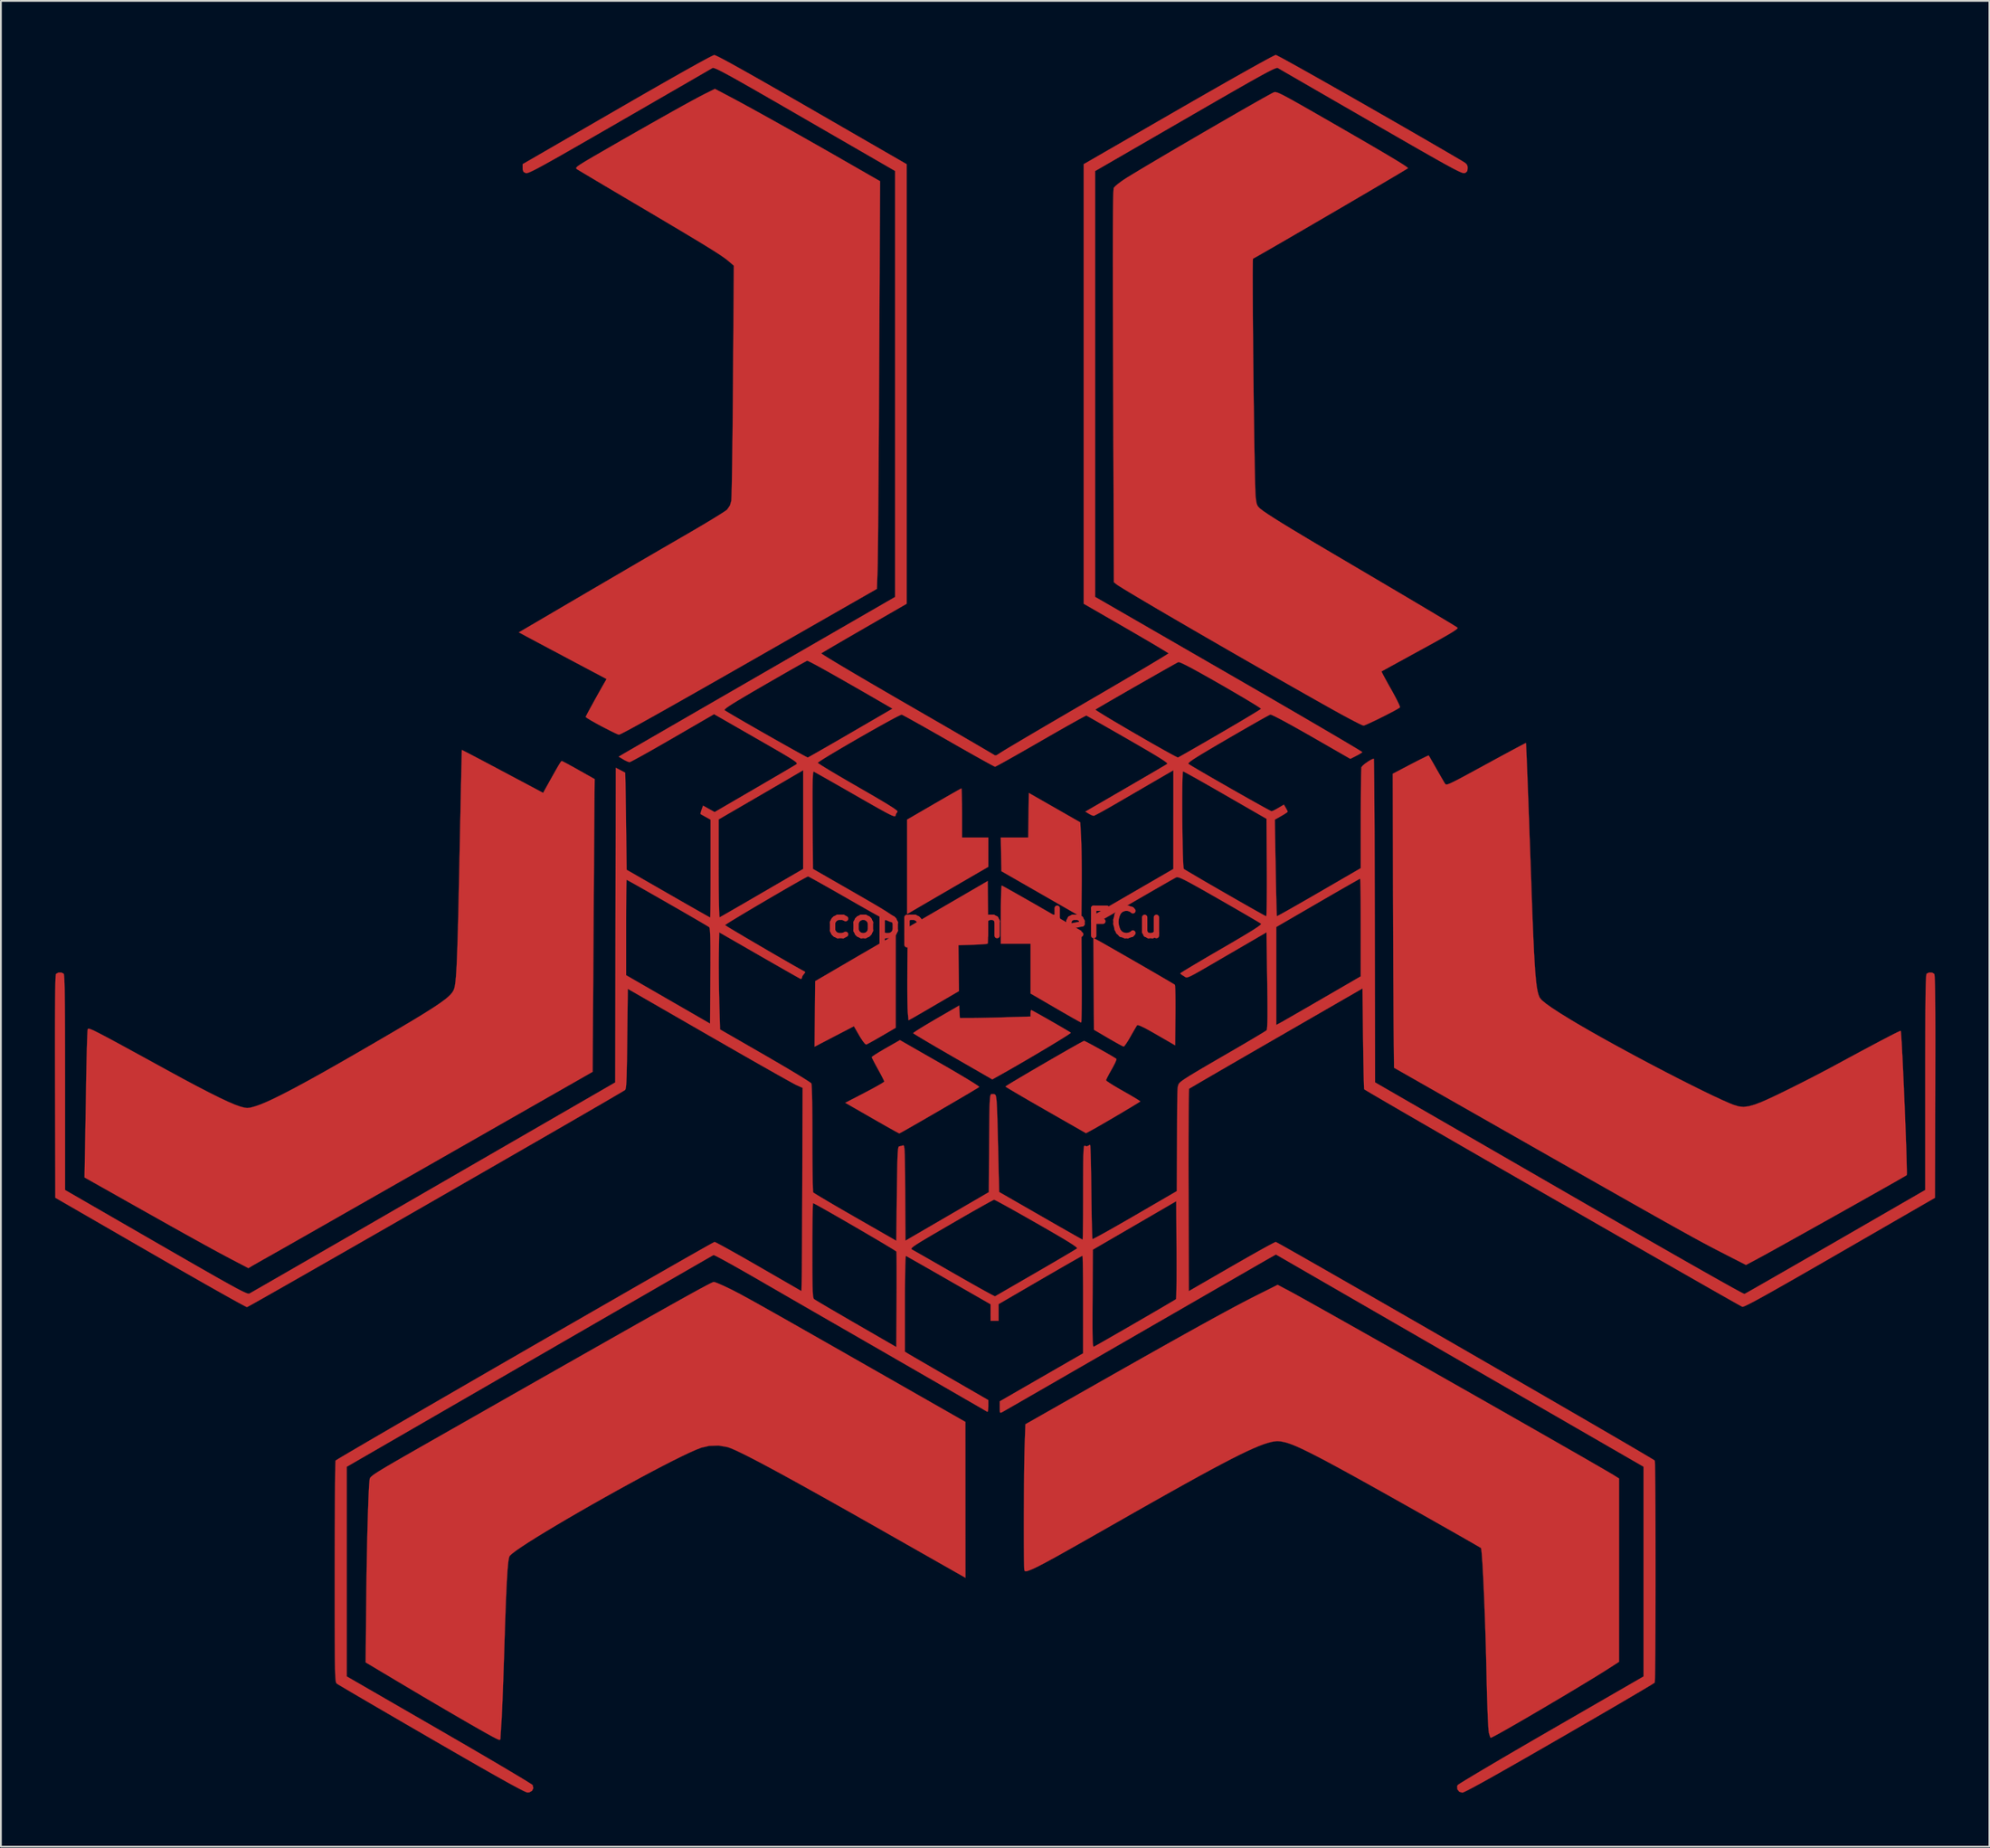
<source format=kicad_pcb>
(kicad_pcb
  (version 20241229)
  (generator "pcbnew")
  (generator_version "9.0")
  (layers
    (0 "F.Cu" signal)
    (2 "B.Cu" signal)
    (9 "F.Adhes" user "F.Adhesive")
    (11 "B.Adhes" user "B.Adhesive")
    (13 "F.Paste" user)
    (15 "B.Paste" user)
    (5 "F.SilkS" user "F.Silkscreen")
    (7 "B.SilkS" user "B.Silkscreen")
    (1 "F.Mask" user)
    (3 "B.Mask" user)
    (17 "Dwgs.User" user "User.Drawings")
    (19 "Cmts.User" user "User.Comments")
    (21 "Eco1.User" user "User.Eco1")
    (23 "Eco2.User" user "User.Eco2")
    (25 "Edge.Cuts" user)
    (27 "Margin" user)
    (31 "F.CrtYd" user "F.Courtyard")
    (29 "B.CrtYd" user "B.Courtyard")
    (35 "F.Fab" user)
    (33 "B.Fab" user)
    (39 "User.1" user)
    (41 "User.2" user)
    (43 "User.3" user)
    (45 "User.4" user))
  (footprint "copperinsideFCu"
    (layer "F.Cu")
    (at 52.254 48.265)
    (property "Reference" "copperinsideFCu" (at 0 0 0) (layer "F.Cu") (effects (font (size 1.524 1.524) (thickness 0.3))))
    (attr through_hole)
    (fp_poly (pts (xy 4.731 -5.606) (xy 4.778 -4.692) (xy 4.791 -4.368) (xy 4.801 -3.947) (xy 4.808 -3.46) (xy 4.812 -2.936) (xy 4.812 -2.406) (xy 4.81 -2.06) (xy 4.794 -0.342) (xy 0.349 -2.892) (xy 0.314 -4.763) (xy 1.839 -4.763) (xy 1.856 -6.001) (xy 1.873 -7.239) (xy 4.731 -5.606)) (stroke (width 0.01) (type solid)) (fill yes) (layer "F.Cu"))
    (fp_poly (pts (xy -5.525 3.221) (xy -5.526 5.81) (xy -6.305 6.266) (xy -6.592 6.432) (xy -6.843 6.573) (xy -7.036 6.679) (xy -7.15 6.736) (xy -7.167 6.742) (xy -7.235 6.699) (xy -7.345 6.564) (xy -7.482 6.357) (xy -7.55 6.243) (xy -7.849 5.724) (xy -8.942 6.293) (xy -10.035 6.863) (xy -10.001 3.22) (xy -8.001 2.052) (xy -7.533 1.779) (xy -7.09 1.522) (xy -6.687 1.288) (xy -6.339 1.087) (xy -6.058 0.925) (xy -5.86 0.812) (xy -5.763 0.758) (xy -5.524 0.632) (xy -5.525 3.221)) (stroke (width 0.01) (type solid)) (fill yes) (layer "F.Cu"))
    (fp_poly (pts (xy -1.864 -7.433) (xy -1.856 -7.263) (xy -1.849 -7.004) (xy -1.844 -6.673) (xy -1.842 -6.287) (xy -1.841 -6.128) (xy -1.841 -4.763) (xy -0.381 -4.763) (xy -0.381 -3.136) (xy -1.921 -2.242) (xy -2.368 -1.982) (xy -2.82 -1.719) (xy -3.255 -1.467) (xy -3.647 -1.238) (xy -3.973 -1.048) (xy -4.175 -0.93) (xy -4.889 -0.512) (xy -4.889 -5.761) (xy -3.398 -6.627) (xy -3.004 -6.855) (xy -2.647 -7.06) (xy -2.341 -7.235) (xy -2.1 -7.371) (xy -1.94 -7.46) (xy -1.874 -7.493) (xy -1.874 -7.493) (xy -1.864 -7.433)) (stroke (width 0.01) (type solid)) (fill yes) (layer "F.Cu"))
    (fp_poly (pts (xy -0.396 -0.623) (xy -0.393 -0.168) (xy -0.392 0.244) (xy -0.394 0.597) (xy -0.399 0.874) (xy -0.405 1.059) (xy -0.414 1.133) (xy -0.414 1.134) (xy -0.488 1.149) (xy -0.663 1.166) (xy -0.914 1.182) (xy -1.215 1.195) (xy -1.245 1.196) (xy -2.041 1.222) (xy -2.026 2.497) (xy -2.012 3.771) (xy -3.245 4.491) (xy -3.611 4.705) (xy -3.95 4.903) (xy -4.243 5.072) (xy -4.47 5.204) (xy -4.614 5.286) (xy -4.646 5.303) (xy -4.815 5.395) (xy -4.856 4.936) (xy -4.865 4.76) (xy -4.872 4.476) (xy -4.878 4.104) (xy -4.881 3.663) (xy -4.881 3.172) (xy -4.879 2.65) (xy -4.877 2.358) (xy -4.858 0.239) (xy -0.413 -2.345) (xy -0.396 -0.623)) (stroke (width 0.01) (type solid)) (fill yes) (layer "F.Cu"))
    (fp_poly (pts (xy 0.429 -2.062) (xy 0.591 -1.974) (xy 0.838 -1.836) (xy 1.16 -1.655) (xy 1.543 -1.437) (xy 1.977 -1.19) (xy 2.448 -0.92) (xy 2.603 -0.83) (xy 4.794 0.43) (xy 4.811 2.977) (xy 4.813 3.532) (xy 4.813 4.044) (xy 4.811 4.502) (xy 4.807 4.891) (xy 4.801 5.197) (xy 4.793 5.409) (xy 4.783 5.511) (xy 4.779 5.519) (xy 4.713 5.487) (xy 4.553 5.399) (xy 4.314 5.265) (xy 4.011 5.092) (xy 3.659 4.89) (xy 3.35 4.71) (xy 1.968 3.907) (xy 1.968 1.143) (xy 0.318 1.143) (xy 0.318 -0.476) (xy 0.319 -0.915) (xy 0.324 -1.308) (xy 0.332 -1.639) (xy 0.342 -1.891) (xy 0.354 -2.048) (xy 0.365 -2.093) (xy 0.429 -2.062)) (stroke (width 0.01) (type solid)) (fill yes) (layer "F.Cu"))
    (fp_poly (pts (xy 5.635 0.912) (xy 5.752 0.976) (xy 5.957 1.091) (xy 6.235 1.249) (xy 6.572 1.441) (xy 6.952 1.659) (xy 7.363 1.894) (xy 7.788 2.139) (xy 8.213 2.384) (xy 8.625 2.622) (xy 9.008 2.844) (xy 9.347 3.042) (xy 9.629 3.206) (xy 9.838 3.33) (xy 9.961 3.404) (xy 9.986 3.421) (xy 9.999 3.495) (xy 10.009 3.679) (xy 10.016 3.955) (xy 10.02 4.306) (xy 10.021 4.715) (xy 10.018 5.127) (xy 10.001 6.785) (xy 8.973 6.191) (xy 8.578 5.966) (xy 8.28 5.806) (xy 8.071 5.707) (xy 7.943 5.664) (xy 7.888 5.672) (xy 7.833 5.757) (xy 7.734 5.925) (xy 7.605 6.148) (xy 7.519 6.302) (xy 7.382 6.536) (xy 7.262 6.72) (xy 7.175 6.832) (xy 7.144 6.855) (xy 7.069 6.824) (xy 6.906 6.739) (xy 6.677 6.612) (xy 6.402 6.455) (xy 6.287 6.388) (xy 5.493 5.922) (xy 5.476 3.372) (xy 5.46 0.821) (xy 5.635 0.912)) (stroke (width 0.01) (type solid)) (fill yes) (layer "F.Cu"))
    (fp_poly (pts (xy -1.981 4.923) (xy -1.962 5.271) (xy -1.378 5.27) (xy -1.133 5.268) (xy -0.79 5.263) (xy -0.382 5.254) (xy 0.064 5.243) (xy 0.517 5.231) (xy 0.587 5.228) (xy 1.968 5.187) (xy 1.968 5.006) (xy 1.979 4.877) (xy 2.002 4.826) (xy 2.066 4.856) (xy 2.219 4.938) (xy 2.44 5.061) (xy 2.709 5.213) (xy 3.005 5.381) (xy 3.308 5.555) (xy 3.598 5.722) (xy 3.852 5.871) (xy 4.052 5.989) (xy 4.176 6.066) (xy 4.206 6.087) (xy 4.163 6.127) (xy 4.022 6.222) (xy 3.798 6.364) (xy 3.503 6.547) (xy 3.15 6.761) (xy 2.753 7) (xy 2.324 7.254) (xy 1.877 7.518) (xy 1.424 7.781) (xy 0.98 8.038) (xy 0.556 8.28) (xy 0.194 8.483) (xy -0.159 8.68) (xy -2.349 7.419) (xy -2.829 7.141) (xy -3.274 6.883) (xy -3.671 6.65) (xy -4.009 6.45) (xy -4.275 6.29) (xy -4.459 6.177) (xy -4.548 6.117) (xy -4.555 6.111) (xy -4.506 6.067) (xy -4.363 5.97) (xy -4.139 5.829) (xy -3.85 5.653) (xy -3.511 5.452) (xy -3.285 5.32) (xy -2 4.576) (xy -1.981 4.923)) (stroke (width 0.01) (type solid)) (fill yes) (layer "F.Cu"))
    (fp_poly (pts (xy -3.064 7.774) (xy -2.582 8.051) (xy -2.138 8.31) (xy -1.744 8.545) (xy -1.41 8.746) (xy -1.149 8.909) (xy -0.971 9.027) (xy -0.888 9.091) (xy -0.884 9.1) (xy -0.95 9.144) (xy -1.11 9.241) (xy -1.35 9.385) (xy -1.657 9.567) (xy -2.016 9.777) (xy -2.412 10.009) (xy -2.832 10.254) (xy -3.26 10.504) (xy -3.684 10.749) (xy -4.088 10.983) (xy -4.459 11.196) (xy -4.781 11.381) (xy -5.042 11.529) (xy -5.226 11.631) (xy -5.319 11.68) (xy -5.327 11.683) (xy -5.39 11.652) (xy -5.549 11.566) (xy -5.788 11.433) (xy -6.093 11.262) (xy -6.449 11.059) (xy -6.842 10.835) (xy -6.847 10.831) (xy -8.329 9.981) (xy -7.246 9.42) (xy -6.909 9.242) (xy -6.615 9.082) (xy -6.381 8.949) (xy -6.224 8.852) (xy -6.161 8.802) (xy -6.161 8.8) (xy -6.19 8.724) (xy -6.269 8.563) (xy -6.386 8.341) (xy -6.509 8.117) (xy -6.648 7.863) (xy -6.761 7.649) (xy -6.835 7.5) (xy -6.858 7.442) (xy -6.806 7.395) (xy -6.663 7.298) (xy -6.448 7.164) (xy -6.182 7.006) (xy -6.076 6.946) (xy -5.293 6.498) (xy -3.064 7.774)) (stroke (width 0.01) (type solid)) (fill yes) (layer "F.Cu"))
    (fp_poly (pts (xy 5.016 6.57) (xy 5.174 6.651) (xy 5.396 6.769) (xy 5.656 6.912) (xy 5.933 7.066) (xy 6.202 7.218) (xy 6.439 7.355) (xy 6.622 7.465) (xy 6.727 7.533) (xy 6.741 7.544) (xy 6.729 7.614) (xy 6.663 7.767) (xy 6.555 7.978) (xy 6.471 8.128) (xy 6.338 8.365) (xy 6.234 8.563) (xy 6.172 8.695) (xy 6.161 8.731) (xy 6.215 8.782) (xy 6.361 8.882) (xy 6.583 9.021) (xy 6.861 9.186) (xy 7.114 9.331) (xy 7.425 9.508) (xy 7.693 9.665) (xy 7.9 9.79) (xy 8.029 9.873) (xy 8.064 9.902) (xy 8.012 9.941) (xy 7.867 10.032) (xy 7.647 10.166) (xy 7.369 10.333) (xy 7.051 10.523) (xy 6.71 10.724) (xy 6.364 10.927) (xy 6.03 11.121) (xy 5.725 11.297) (xy 5.467 11.443) (xy 5.273 11.55) (xy 5.244 11.566) (xy 5.048 11.669) (xy 2.812 10.391) (xy 2.328 10.113) (xy 1.879 9.854) (xy 1.478 9.621) (xy 1.136 9.421) (xy 0.865 9.26) (xy 0.677 9.146) (xy 0.583 9.086) (xy 0.574 9.078) (xy 0.626 9.039) (xy 0.774 8.945) (xy 1.004 8.805) (xy 1.302 8.628) (xy 1.652 8.42) (xy 2.042 8.191) (xy 2.455 7.95) (xy 2.88 7.703) (xy 3.3 7.46) (xy 3.702 7.229) (xy 4.071 7.018) (xy 4.393 6.836) (xy 4.654 6.69) (xy 4.839 6.59) (xy 4.935 6.543) (xy 4.943 6.54) (xy 5.016 6.57)) (stroke (width 0.01) (type solid)) (fill yes) (layer "F.Cu"))
    (fp_poly (pts (xy -14.756 -45.945) (xy -14.37 -45.739) (xy -13.889 -45.478) (xy -13.33 -45.171) (xy -12.708 -44.827) (xy -12.039 -44.454) (xy -11.34 -44.063) (xy -10.625 -43.66) (xy -9.91 -43.255) (xy -9.212 -42.858) (xy -8.826 -42.637) (xy -8.386 -42.384) (xy -7.963 -42.142) (xy -7.575 -41.919) (xy -7.24 -41.727) (xy -6.976 -41.575) (xy -6.799 -41.474) (xy -6.77 -41.457) (xy -6.395 -41.243) (xy -6.445 -31.02) (xy -6.451 -29.87) (xy -6.457 -28.743) (xy -6.463 -27.647) (xy -6.47 -26.588) (xy -6.476 -25.575) (xy -6.483 -24.615) (xy -6.49 -23.716) (xy -6.496 -22.886) (xy -6.503 -22.133) (xy -6.509 -21.463) (xy -6.515 -20.886) (xy -6.521 -20.408) (xy -6.526 -20.037) (xy -6.531 -19.781) (xy -6.533 -19.691) (xy -6.572 -18.585) (xy -12.16 -15.389) (xy -13.42 -14.669) (xy -14.573 -14.011) (xy -15.62 -13.414) (xy -16.565 -12.877) (xy -17.41 -12.398) (xy -18.157 -11.976) (xy -18.809 -11.609) (xy -19.369 -11.296) (xy -19.838 -11.036) (xy -20.219 -10.828) (xy -20.515 -10.669) (xy -20.728 -10.559) (xy -20.86 -10.496) (xy -20.913 -10.479) (xy -20.992 -10.507) (xy -21.162 -10.586) (xy -21.402 -10.704) (xy -21.691 -10.851) (xy -21.876 -10.947) (xy -22.177 -11.11) (xy -22.434 -11.255) (xy -22.626 -11.371) (xy -22.736 -11.448) (xy -22.754 -11.47) (xy -22.721 -11.541) (xy -22.637 -11.702) (xy -22.513 -11.932) (xy -22.361 -12.21) (xy -22.193 -12.515) (xy -22.019 -12.827) (xy -21.852 -13.124) (xy -21.745 -13.311) (xy -21.594 -13.573) (xy -23.037 -14.338) (xy -23.501 -14.585) (xy -23.996 -14.848) (xy -24.488 -15.109) (xy -24.946 -15.353) (xy -25.338 -15.562) (xy -25.475 -15.635) (xy -26.47 -16.166) (xy -25.125 -16.954) (xy -24.137 -17.534) (xy -23.248 -18.055) (xy -22.448 -18.524) (xy -21.727 -18.945) (xy -21.076 -19.326) (xy -20.484 -19.672) (xy -19.942 -19.989) (xy -19.438 -20.283) (xy -18.963 -20.559) (xy -18.508 -20.824) (xy -18.061 -21.083) (xy -17.614 -21.342) (xy -17.272 -21.54) (xy -16.784 -21.824) (xy -16.324 -22.095) (xy -15.906 -22.345) (xy -15.543 -22.566) (xy -15.247 -22.75) (xy -15.032 -22.889) (xy -14.912 -22.974) (xy -14.897 -22.987) (xy -14.736 -23.219) (xy -14.663 -23.474) (xy -14.656 -23.579) (xy -14.647 -23.803) (xy -14.639 -24.136) (xy -14.63 -24.568) (xy -14.621 -25.092) (xy -14.612 -25.697) (xy -14.603 -26.375) (xy -14.594 -27.117) (xy -14.586 -27.913) (xy -14.578 -28.756) (xy -14.571 -29.635) (xy -14.567 -30.165) (xy -14.521 -36.548) (xy -14.826 -36.809) (xy -14.927 -36.891) (xy -15.055 -36.986) (xy -15.217 -37.099) (xy -15.421 -37.234) (xy -15.674 -37.395) (xy -15.981 -37.587) (xy -16.352 -37.814) (xy -16.792 -38.08) (xy -17.308 -38.39) (xy -17.908 -38.747) (xy -18.598 -39.157) (xy -19.386 -39.624) (xy -20.032 -40.005) (xy -20.605 -40.344) (xy -21.148 -40.665) (xy -21.651 -40.963) (xy -22.103 -41.231) (xy -22.494 -41.464) (xy -22.814 -41.655) (xy -23.052 -41.797) (xy -23.198 -41.886) (xy -23.238 -41.911) (xy -23.273 -41.94) (xy -23.285 -41.972) (xy -23.263 -42.014) (xy -23.199 -42.074) (xy -23.082 -42.157) (xy -22.901 -42.272) (xy -22.647 -42.425) (xy -22.31 -42.623) (xy -21.879 -42.872) (xy -21.548 -43.063) (xy -20.741 -43.527) (xy -19.966 -43.97) (xy -19.23 -44.388) (xy -18.545 -44.775) (xy -17.919 -45.127) (xy -17.362 -45.437) (xy -16.883 -45.7) (xy -16.491 -45.911) (xy -16.196 -46.066) (xy -16.114 -46.107) (xy -15.574 -46.375) (xy -14.756 -45.945)) (stroke (width 0.01) (type solid)) (fill yes) (layer "F.Cu"))
    (fp_poly (pts (xy 16.342 20.44) (xy 16.558 20.556) (xy 16.872 20.729) (xy 17.277 20.954) (xy 17.764 21.227) (xy 18.327 21.542) (xy 18.958 21.897) (xy 19.648 22.285) (xy 20.391 22.704) (xy 21.179 23.149) (xy 22.003 23.615) (xy 22.856 24.098) (xy 23.732 24.594) (xy 24.621 25.098) (xy 25.516 25.607) (xy 26.41 26.114) (xy 27.295 26.617) (xy 28.163 27.111) (xy 29.006 27.592) (xy 29.817 28.054) (xy 30.589 28.495) (xy 31.313 28.909) (xy 31.982 29.292) (xy 32.588 29.639) (xy 33.124 29.948) (xy 33.581 30.212) (xy 33.953 30.428) (xy 34.231 30.591) (xy 34.407 30.697) (xy 34.433 30.713) (xy 34.671 30.863) (xy 34.671 35.958) (xy 34.67 41.053) (xy 34.111 41.413) (xy 33.803 41.609) (xy 33.428 41.842) (xy 32.997 42.105) (xy 32.521 42.393) (xy 32.013 42.699) (xy 31.484 43.015) (xy 30.945 43.334) (xy 30.408 43.651) (xy 29.884 43.958) (xy 29.385 44.249) (xy 28.922 44.517) (xy 28.506 44.755) (xy 28.15 44.956) (xy 27.864 45.114) (xy 27.661 45.222) (xy 27.551 45.272) (xy 27.537 45.276) (xy 27.506 45.22) (xy 27.462 45.077) (xy 27.436 44.974) (xy 27.42 44.845) (xy 27.403 44.603) (xy 27.385 44.258) (xy 27.367 43.825) (xy 27.349 43.315) (xy 27.332 42.741) (xy 27.316 42.116) (xy 27.306 41.656) (xy 27.29 40.953) (xy 27.272 40.237) (xy 27.25 39.518) (xy 27.226 38.809) (xy 27.201 38.12) (xy 27.175 37.464) (xy 27.148 36.851) (xy 27.121 36.294) (xy 27.095 35.803) (xy 27.069 35.39) (xy 27.045 35.067) (xy 27.023 34.845) (xy 27.003 34.735) (xy 26.998 34.726) (xy 26.936 34.688) (xy 26.774 34.593) (xy 26.525 34.449) (xy 26.199 34.262) (xy 25.808 34.039) (xy 25.363 33.786) (xy 24.876 33.51) (xy 24.511 33.303) (xy 23.396 32.672) (xy 22.385 32.103) (xy 21.473 31.591) (xy 20.654 31.134) (xy 19.922 30.728) (xy 19.272 30.372) (xy 18.698 30.061) (xy 18.195 29.793) (xy 17.756 29.565) (xy 17.376 29.374) (xy 17.05 29.216) (xy 16.772 29.089) (xy 16.536 28.991) (xy 16.336 28.917) (xy 16.168 28.865) (xy 16.131 28.855) (xy 15.873 28.799) (xy 15.67 28.784) (xy 15.461 28.809) (xy 15.369 28.828) (xy 15.162 28.881) (xy 14.925 28.957) (xy 14.653 29.06) (xy 14.339 29.192) (xy 13.979 29.356) (xy 13.567 29.555) (xy 13.097 29.792) (xy 12.564 30.07) (xy 11.961 30.391) (xy 11.283 30.76) (xy 10.525 31.179) (xy 9.681 31.65) (xy 8.745 32.177) (xy 7.711 32.762) (xy 6.575 33.41) (xy 6.477 33.465) (xy 5.67 33.925) (xy 4.965 34.326) (xy 4.354 34.671) (xy 3.831 34.965) (xy 3.387 35.213) (xy 3.014 35.417) (xy 2.706 35.583) (xy 2.454 35.714) (xy 2.251 35.815) (xy 2.089 35.891) (xy 1.978 35.937) (xy 1.792 36.006) (xy 1.69 36.024) (xy 1.64 35.995) (xy 1.625 35.964) (xy 1.616 35.879) (xy 1.61 35.682) (xy 1.604 35.385) (xy 1.6 35.003) (xy 1.597 34.551) (xy 1.596 34.041) (xy 1.595 33.489) (xy 1.596 32.908) (xy 1.599 32.313) (xy 1.602 31.717) (xy 1.606 31.134) (xy 1.612 30.579) (xy 1.619 30.065) (xy 1.626 29.607) (xy 1.635 29.218) (xy 1.643 28.958) (xy 1.683 27.848) (xy 5.302 25.792) (xy 6.562 25.077) (xy 7.718 24.423) (xy 8.773 23.827) (xy 9.733 23.288) (xy 10.603 22.802) (xy 11.388 22.366) (xy 12.092 21.978) (xy 12.72 21.636) (xy 13.278 21.335) (xy 13.769 21.075) (xy 14.2 20.851) (xy 14.469 20.715) (xy 15.698 20.098) (xy 16.342 20.44)) (stroke (width 0.01) (type solid)) (fill yes) (layer "F.Cu"))
    (fp_poly (pts (xy -15.533 19.966) (xy -15.346 20.041) (xy -15.093 20.153) (xy -14.799 20.292) (xy -14.692 20.344) (xy -14.566 20.407) (xy -14.428 20.479) (xy -14.271 20.561) (xy -14.091 20.657) (xy -13.882 20.771) (xy -13.638 20.904) (xy -13.355 21.061) (xy -13.027 21.245) (xy -12.649 21.457) (xy -12.214 21.702) (xy -11.718 21.983) (xy -11.155 22.302) (xy -10.52 22.663) (xy -9.808 23.068) (xy -9.012 23.521) (xy -8.128 24.025) (xy -7.15 24.583) (xy -6.072 25.197) (xy -4.89 25.872) (xy -4.876 25.88) (xy -1.655 27.718) (xy -1.653 32.049) (xy -1.651 36.38) (xy -2.334 35.993) (xy -2.527 35.883) (xy -2.817 35.719) (xy -3.189 35.507) (xy -3.629 35.257) (xy -4.123 34.977) (xy -4.656 34.674) (xy -5.214 34.356) (xy -5.779 34.036) (xy -7.053 33.312) (xy -8.22 32.652) (xy -9.284 32.054) (xy -10.248 31.516) (xy -11.113 31.036) (xy -11.884 30.613) (xy -12.563 30.246) (xy -13.153 29.933) (xy -13.657 29.671) (xy -14.077 29.461) (xy -14.416 29.3) (xy -14.678 29.186) (xy -14.866 29.119) (xy -14.867 29.118) (xy -15.373 29.03) (xy -15.9 29.049) (xy -16.328 29.149) (xy -16.602 29.255) (xy -16.962 29.413) (xy -17.397 29.62) (xy -17.898 29.868) (xy -18.455 30.153) (xy -19.057 30.468) (xy -19.696 30.809) (xy -20.361 31.171) (xy -21.043 31.546) (xy -21.732 31.931) (xy -22.418 32.318) (xy -23.091 32.704) (xy -23.742 33.082) (xy -24.362 33.447) (xy -24.939 33.793) (xy -25.465 34.114) (xy -25.929 34.406) (xy -26.322 34.663) (xy -26.635 34.879) (xy -26.856 35.048) (xy -26.978 35.165) (xy -26.991 35.186) (xy -27.021 35.279) (xy -27.05 35.447) (xy -27.078 35.697) (xy -27.105 36.032) (xy -27.132 36.461) (xy -27.159 36.987) (xy -27.187 37.617) (xy -27.215 38.358) (xy -27.244 39.213) (xy -27.274 40.164) (xy -27.295 40.835) (xy -27.317 41.496) (xy -27.339 42.13) (xy -27.361 42.722) (xy -27.382 43.254) (xy -27.401 43.71) (xy -27.418 44.075) (xy -27.432 44.331) (xy -27.434 44.355) (xy -27.456 44.682) (xy -27.474 44.967) (xy -27.487 45.184) (xy -27.494 45.308) (xy -27.495 45.323) (xy -27.502 45.371) (xy -27.535 45.39) (xy -27.61 45.372) (xy -27.743 45.312) (xy -27.952 45.202) (xy -28.252 45.037) (xy -28.291 45.015) (xy -28.676 44.798) (xy -29.156 44.524) (xy -29.717 44.199) (xy -30.345 43.834) (xy -31.026 43.435) (xy -31.747 43.011) (xy -32.492 42.569) (xy -33.249 42.119) (xy -33.351 42.058) (xy -34.983 41.084) (xy -34.951 37.735) (xy -34.942 36.904) (xy -34.93 36.083) (xy -34.916 35.284) (xy -34.901 34.516) (xy -34.884 33.791) (xy -34.865 33.121) (xy -34.846 32.516) (xy -34.827 31.987) (xy -34.807 31.546) (xy -34.787 31.204) (xy -34.768 30.971) (xy -34.758 30.893) (xy -34.745 30.851) (xy -34.717 30.805) (xy -34.664 30.751) (xy -34.58 30.682) (xy -34.457 30.595) (xy -34.285 30.483) (xy -34.058 30.344) (xy -33.767 30.17) (xy -33.405 29.958) (xy -32.963 29.703) (xy -32.434 29.4) (xy -31.809 29.043) (xy -31.157 28.672) (xy -29.581 27.775) (xy -28.111 26.939) (xy -26.745 26.161) (xy -25.478 25.441) (xy -24.308 24.776) (xy -23.23 24.164) (xy -22.241 23.603) (xy -21.337 23.09) (xy -20.516 22.625) (xy -19.773 22.205) (xy -19.105 21.828) (xy -18.508 21.493) (xy -17.979 21.196) (xy -17.515 20.936) (xy -17.111 20.712) (xy -16.764 20.52) (xy -16.471 20.36) (xy -16.228 20.229) (xy -16.032 20.125) (xy -15.879 20.046) (xy -15.765 19.99) (xy -15.687 19.956) (xy -15.642 19.94) (xy -15.632 19.939) (xy -15.533 19.966)) (stroke (width 0.01) (type solid)) (fill yes) (layer "F.Cu"))
    (fp_poly (pts (xy -29.578 -9.602) (xy -29.421 -9.522) (xy -29.176 -9.395) (xy -28.855 -9.227) (xy -28.469 -9.024) (xy -28.031 -8.792) (xy -27.552 -8.538) (xy -27.372 -8.442) (xy -25.12 -7.245) (xy -24.778 -7.861) (xy -24.559 -8.253) (xy -24.393 -8.547) (xy -24.272 -8.756) (xy -24.188 -8.894) (xy -24.132 -8.974) (xy -24.097 -9.009) (xy -24.08 -9.015) (xy -24.012 -8.984) (xy -23.853 -8.902) (xy -23.623 -8.777) (xy -23.342 -8.622) (xy -23.146 -8.512) (xy -22.257 -8.011) (xy -22.264 -7.387) (xy -22.266 -7.243) (xy -22.268 -6.98) (xy -22.271 -6.608) (xy -22.274 -6.135) (xy -22.278 -5.57) (xy -22.283 -4.921) (xy -22.288 -4.197) (xy -22.293 -3.408) (xy -22.299 -2.561) (xy -22.305 -1.665) (xy -22.312 -0.73) (xy -22.318 0.237) (xy -22.321 0.748) (xy -22.371 8.259) (xy -30.696 13.011) (xy -31.665 13.564) (xy -32.617 14.107) (xy -33.543 14.635) (xy -34.437 15.145) (xy -35.292 15.632) (xy -36.101 16.093) (xy -36.856 16.524) (xy -37.551 16.92) (xy -38.179 17.278) (xy -38.732 17.592) (xy -39.204 17.861) (xy -39.587 18.078) (xy -39.874 18.242) (xy -40.059 18.346) (xy -40.069 18.351) (xy -40.412 18.545) (xy -40.73 18.724) (xy -41 18.878) (xy -41.201 18.993) (xy -41.309 19.055) (xy -41.501 19.17) (xy -42.452 18.673) (xy -42.764 18.508) (xy -43.119 18.318) (xy -43.524 18.098) (xy -43.986 17.844) (xy -44.513 17.553) (xy -45.112 17.22) (xy -45.791 16.841) (xy -46.556 16.411) (xy -47.416 15.928) (xy -48.378 15.386) (xy -48.528 15.301) (xy -50.606 14.13) (xy -50.578 12.573) (xy -50.571 12.136) (xy -50.561 11.598) (xy -50.551 10.989) (xy -50.54 10.334) (xy -50.529 9.663) (xy -50.518 9.001) (xy -50.51 8.511) (xy -50.5 7.956) (xy -50.488 7.438) (xy -50.476 6.971) (xy -50.464 6.57) (xy -50.452 6.25) (xy -50.441 6.024) (xy -50.43 5.907) (xy -50.428 5.896) (xy -50.416 5.875) (xy -50.392 5.864) (xy -50.35 5.866) (xy -50.282 5.886) (xy -50.181 5.927) (xy -50.039 5.993) (xy -49.85 6.087) (xy -49.605 6.214) (xy -49.298 6.376) (xy -48.92 6.579) (xy -48.466 6.826) (xy -47.927 7.12) (xy -47.296 7.465) (xy -46.566 7.865) (xy -46.038 8.155) (xy -45.151 8.638) (xy -44.369 9.055) (xy -43.691 9.406) (xy -43.114 9.694) (xy -42.636 9.919) (xy -42.254 10.083) (xy -41.967 10.185) (xy -41.925 10.198) (xy -41.719 10.251) (xy -41.566 10.271) (xy -41.416 10.256) (xy -41.217 10.204) (xy -41.105 10.171) (xy -40.815 10.069) (xy -40.452 9.916) (xy -40.012 9.71) (xy -39.49 9.449) (xy -38.883 9.131) (xy -38.186 8.754) (xy -37.396 8.316) (xy -36.509 7.813) (xy -35.52 7.245) (xy -35.179 7.048) (xy -34.318 6.548) (xy -33.56 6.105) (xy -32.899 5.716) (xy -32.329 5.376) (xy -31.841 5.08) (xy -31.431 4.823) (xy -31.089 4.602) (xy -30.811 4.412) (xy -30.588 4.248) (xy -30.414 4.106) (xy -30.282 3.981) (xy -30.186 3.869) (xy -30.118 3.765) (xy -30.088 3.704) (xy -30.059 3.626) (xy -30.033 3.522) (xy -30.009 3.384) (xy -29.987 3.206) (xy -29.966 2.981) (xy -29.946 2.702) (xy -29.927 2.364) (xy -29.909 1.959) (xy -29.891 1.48) (xy -29.873 0.921) (xy -29.854 0.276) (xy -29.835 -0.463) (xy -29.816 -1.301) (xy -29.795 -2.246) (xy -29.773 -3.305) (xy -29.749 -4.483) (xy -29.747 -4.57) (xy -29.732 -5.359) (xy -29.716 -6.11) (xy -29.702 -6.813) (xy -29.688 -7.461) (xy -29.675 -8.042) (xy -29.664 -8.547) (xy -29.654 -8.967) (xy -29.646 -9.292) (xy -29.64 -9.513) (xy -29.636 -9.62) (xy -29.635 -9.628) (xy -29.578 -9.602)) (stroke (width 0.01) (type solid)) (fill yes) (layer "F.Cu"))
    (fp_poly (pts (xy 29.503 -9.949) (xy 29.513 -9.761) (xy 29.527 -9.457) (xy 29.544 -9.045) (xy 29.565 -8.531) (xy 29.588 -7.92) (xy 29.615 -7.219) (xy 29.644 -6.433) (xy 29.675 -5.57) (xy 29.708 -4.635) (xy 29.744 -3.634) (xy 29.781 -2.573) (xy 29.781 -2.572) (xy 29.818 -1.517) (xy 29.852 -0.582) (xy 29.885 0.242) (xy 29.916 0.962) (xy 29.946 1.585) (xy 29.976 2.121) (xy 30.005 2.575) (xy 30.036 2.956) (xy 30.068 3.272) (xy 30.101 3.531) (xy 30.137 3.739) (xy 30.176 3.905) (xy 30.218 4.036) (xy 30.264 4.14) (xy 30.378 4.276) (xy 30.607 4.466) (xy 30.95 4.71) (xy 31.407 5.008) (xy 31.979 5.36) (xy 32.385 5.602) (xy 32.989 5.952) (xy 33.648 6.325) (xy 34.347 6.714) (xy 35.076 7.112) (xy 35.819 7.512) (xy 36.566 7.907) (xy 37.302 8.292) (xy 38.016 8.659) (xy 38.694 9.002) (xy 39.323 9.314) (xy 39.891 9.588) (xy 40.385 9.818) (xy 40.791 9.997) (xy 41.048 10.1) (xy 41.324 10.182) (xy 41.59 10.208) (xy 41.876 10.175) (xy 42.213 10.08) (xy 42.588 9.937) (xy 42.876 9.811) (xy 43.258 9.634) (xy 43.714 9.415) (xy 44.226 9.163) (xy 44.774 8.888) (xy 45.342 8.598) (xy 45.909 8.304) (xy 46.457 8.014) (xy 46.831 7.812) (xy 47.532 7.433) (xy 48.169 7.09) (xy 48.736 6.787) (xy 49.227 6.527) (xy 49.635 6.314) (xy 49.955 6.15) (xy 50.18 6.04) (xy 50.303 5.986) (xy 50.326 5.982) (xy 50.337 6.052) (xy 50.352 6.236) (xy 50.371 6.52) (xy 50.392 6.891) (xy 50.415 7.336) (xy 50.44 7.843) (xy 50.466 8.397) (xy 50.493 8.985) (xy 50.519 9.596) (xy 50.545 10.214) (xy 50.57 10.828) (xy 50.593 11.424) (xy 50.614 11.989) (xy 50.633 12.509) (xy 50.647 12.973) (xy 50.658 13.366) (xy 50.665 13.676) (xy 50.667 13.888) (xy 50.663 13.991) (xy 50.661 13.999) (xy 50.586 14.045) (xy 50.412 14.146) (xy 50.148 14.298) (xy 49.805 14.493) (xy 49.393 14.726) (xy 48.925 14.99) (xy 48.41 15.281) (xy 47.858 15.591) (xy 47.282 15.915) (xy 46.691 16.247) (xy 46.096 16.58) (xy 45.507 16.909) (xy 44.937 17.228) (xy 44.394 17.531) (xy 43.89 17.812) (xy 43.436 18.064) (xy 43.043 18.282) (xy 42.72 18.459) (xy 42.479 18.591) (xy 42.405 18.63) (xy 41.725 18.993) (xy 40.373 18.301) (xy 40.146 18.184) (xy 39.914 18.063) (xy 39.671 17.936) (xy 39.413 17.798) (xy 39.133 17.647) (xy 38.826 17.48) (xy 38.487 17.293) (xy 38.11 17.084) (xy 37.689 16.85) (xy 37.219 16.587) (xy 36.695 16.292) (xy 36.111 15.963) (xy 35.461 15.596) (xy 34.74 15.187) (xy 33.943 14.735) (xy 33.064 14.236) (xy 32.097 13.686) (xy 31.037 13.083) (xy 29.879 12.424) (xy 28.617 11.705) (xy 28.435 11.602) (xy 22.168 8.033) (xy 22.148 6.096) (xy 22.145 5.747) (xy 22.141 5.283) (xy 22.138 4.718) (xy 22.135 4.063) (xy 22.131 3.331) (xy 22.127 2.535) (xy 22.124 1.686) (xy 22.121 0.799) (xy 22.118 -0.116) (xy 22.115 -1.044) (xy 22.112 -1.975) (xy 22.112 -2.074) (xy 22.096 -8.308) (xy 23.086 -8.827) (xy 23.407 -8.993) (xy 23.687 -9.135) (xy 23.906 -9.243) (xy 24.048 -9.309) (xy 24.094 -9.324) (xy 24.131 -9.264) (xy 24.217 -9.115) (xy 24.342 -8.899) (xy 24.491 -8.637) (xy 24.509 -8.604) (xy 24.669 -8.325) (xy 24.813 -8.075) (xy 24.925 -7.881) (xy 24.991 -7.77) (xy 24.993 -7.768) (xy 25.017 -7.734) (xy 25.049 -7.714) (xy 25.1 -7.711) (xy 25.18 -7.731) (xy 25.3 -7.779) (xy 25.47 -7.86) (xy 25.702 -7.977) (xy 26.005 -8.138) (xy 26.39 -8.346) (xy 26.869 -8.606) (xy 27.282 -8.831) (xy 27.766 -9.095) (xy 28.213 -9.337) (xy 28.613 -9.553) (xy 28.952 -9.735) (xy 29.22 -9.877) (xy 29.403 -9.972) (xy 29.491 -10.015) (xy 29.497 -10.017) (xy 29.503 -9.949)) (stroke (width 0.01) (type solid)) (fill yes) (layer "F.Cu"))
    (fp_poly (pts (xy 15.611 -46.189) (xy 15.706 -46.161) (xy 15.838 -46.105) (xy 16.019 -46.016) (xy 16.259 -45.889) (xy 16.569 -45.718) (xy 16.96 -45.498) (xy 17.443 -45.223) (xy 17.847 -44.992) (xy 18.786 -44.453) (xy 19.618 -43.973) (xy 20.348 -43.551) (xy 20.978 -43.185) (xy 21.513 -42.871) (xy 21.956 -42.608) (xy 22.313 -42.394) (xy 22.585 -42.225) (xy 22.778 -42.1) (xy 22.895 -42.017) (xy 22.94 -41.973) (xy 22.94 -41.966) (xy 22.874 -41.923) (xy 22.708 -41.822) (xy 22.453 -41.669) (xy 22.119 -41.471) (xy 21.716 -41.233) (xy 21.255 -40.961) (xy 20.746 -40.662) (xy 20.199 -40.342) (xy 19.625 -40.005) (xy 19.033 -39.659) (xy 18.435 -39.31) (xy 17.84 -38.963) (xy 17.259 -38.625) (xy 16.702 -38.301) (xy 16.179 -37.997) (xy 15.7 -37.72) (xy 15.277 -37.476) (xy 14.919 -37.27) (xy 14.637 -37.109) (xy 14.44 -36.998) (xy 14.34 -36.944) (xy 14.33 -36.94) (xy 14.323 -36.875) (xy 14.318 -36.694) (xy 14.315 -36.406) (xy 14.313 -36.022) (xy 14.314 -35.551) (xy 14.315 -35.004) (xy 14.318 -34.391) (xy 14.322 -33.723) (xy 14.328 -33.009) (xy 14.334 -32.259) (xy 14.341 -31.485) (xy 14.35 -30.695) (xy 14.359 -29.9) (xy 14.368 -29.111) (xy 14.378 -28.337) (xy 14.389 -27.589) (xy 14.399 -26.876) (xy 14.41 -26.21) (xy 14.421 -25.6) (xy 14.432 -25.056) (xy 14.442 -24.589) (xy 14.453 -24.208) (xy 14.463 -23.924) (xy 14.472 -23.748) (xy 14.475 -23.719) (xy 14.506 -23.46) (xy 14.542 -23.291) (xy 14.598 -23.176) (xy 14.687 -23.079) (xy 14.741 -23.033) (xy 14.902 -22.91) (xy 15.152 -22.739) (xy 15.494 -22.518) (xy 15.93 -22.244) (xy 16.465 -21.917) (xy 17.101 -21.534) (xy 17.842 -21.092) (xy 18.669 -20.603) (xy 19.816 -19.927) (xy 20.855 -19.314) (xy 21.788 -18.763) (xy 22.616 -18.274) (xy 23.342 -17.844) (xy 23.967 -17.472) (xy 24.493 -17.159) (xy 24.922 -16.902) (xy 25.255 -16.702) (xy 25.495 -16.555) (xy 25.643 -16.463) (xy 25.699 -16.424) (xy 25.693 -16.39) (xy 25.626 -16.328) (xy 25.49 -16.233) (xy 25.277 -16.102) (xy 24.979 -15.928) (xy 24.591 -15.709) (xy 24.103 -15.439) (xy 23.635 -15.183) (xy 23.158 -14.922) (xy 22.717 -14.68) (xy 22.324 -14.465) (xy 21.991 -14.283) (xy 21.73 -14.139) (xy 21.554 -14.042) (xy 21.476 -13.998) (xy 21.473 -13.996) (xy 21.495 -13.938) (xy 21.572 -13.788) (xy 21.692 -13.564) (xy 21.846 -13.284) (xy 22 -13.012) (xy 22.175 -12.696) (xy 22.321 -12.418) (xy 22.429 -12.196) (xy 22.49 -12.049) (xy 22.498 -11.997) (xy 22.408 -11.936) (xy 22.23 -11.835) (xy 21.988 -11.706) (xy 21.704 -11.56) (xy 21.404 -11.409) (xy 21.11 -11.265) (xy 20.845 -11.14) (xy 20.635 -11.045) (xy 20.501 -10.992) (xy 20.471 -10.986) (xy 20.386 -11.016) (xy 20.205 -11.101) (xy 19.944 -11.234) (xy 19.616 -11.406) (xy 19.237 -11.611) (xy 18.822 -11.84) (xy 18.666 -11.927) (xy 17.976 -12.315) (xy 17.248 -12.727) (xy 16.488 -13.158) (xy 15.705 -13.603) (xy 14.908 -14.059) (xy 14.104 -14.519) (xy 13.301 -14.98) (xy 12.509 -15.437) (xy 11.734 -15.884) (xy 10.986 -16.318) (xy 10.271 -16.733) (xy 9.599 -17.125) (xy 8.977 -17.489) (xy 8.414 -17.821) (xy 7.918 -18.115) (xy 7.496 -18.367) (xy 7.158 -18.572) (xy 6.91 -18.726) (xy 6.762 -18.824) (xy 6.734 -18.845) (xy 6.598 -18.955) (xy 6.559 -29.846) (xy 6.554 -31.31) (xy 6.55 -32.651) (xy 6.547 -33.873) (xy 6.544 -34.981) (xy 6.543 -35.979) (xy 6.542 -36.87) (xy 6.543 -37.66) (xy 6.544 -38.352) (xy 6.547 -38.95) (xy 6.55 -39.459) (xy 6.554 -39.883) (xy 6.56 -40.226) (xy 6.566 -40.492) (xy 6.574 -40.685) (xy 6.582 -40.81) (xy 6.592 -40.871) (xy 6.594 -40.875) (xy 6.678 -40.969) (xy 6.842 -41.106) (xy 7.058 -41.266) (xy 7.192 -41.356) (xy 7.382 -41.477) (xy 7.662 -41.648) (xy 8.02 -41.864) (xy 8.445 -42.118) (xy 8.926 -42.403) (xy 9.452 -42.714) (xy 10.013 -43.043) (xy 10.598 -43.385) (xy 11.195 -43.734) (xy 11.795 -44.083) (xy 12.385 -44.425) (xy 12.956 -44.755) (xy 13.495 -45.066) (xy 13.993 -45.351) (xy 14.439 -45.605) (xy 14.821 -45.821) (xy 15.129 -45.992) (xy 15.352 -46.114) (xy 15.479 -46.178) (xy 15.493 -46.184) (xy 15.544 -46.195) (xy 15.611 -46.189)) (stroke (width 0.01) (type solid)) (fill yes) (layer "F.Cu"))
    (fp_poly (pts (xy 15.666 -48.229) (xy 15.839 -48.139) (xy 16.105 -47.996) (xy 16.454 -47.803) (xy 16.88 -47.567) (xy 17.372 -47.291) (xy 17.922 -46.981) (xy 18.522 -46.642) (xy 19.163 -46.278) (xy 19.837 -45.895) (xy 20.535 -45.497) (xy 21.247 -45.089) (xy 21.967 -44.676) (xy 22.685 -44.264) (xy 23.392 -43.856) (xy 24.08 -43.458) (xy 24.74 -43.075) (xy 25.364 -42.711) (xy 25.94 -42.373) (xy 26.122 -42.258) (xy 26.218 -42.163) (xy 26.253 -42.056) (xy 26.257 -41.971) (xy 26.237 -41.81) (xy 26.157 -41.724) (xy 26.092 -41.696) (xy 26.055 -41.691) (xy 26 -41.699) (xy 25.92 -41.725) (xy 25.809 -41.772) (xy 25.66 -41.843) (xy 25.466 -41.942) (xy 25.22 -42.074) (xy 24.916 -42.24) (xy 24.548 -42.446) (xy 24.108 -42.696) (xy 23.589 -42.991) (xy 22.985 -43.337) (xy 22.29 -43.737) (xy 21.496 -44.194) (xy 20.885 -44.547) (xy 20.147 -44.973) (xy 19.439 -45.381) (xy 18.769 -45.768) (xy 18.144 -46.129) (xy 17.573 -46.459) (xy 17.064 -46.753) (xy 16.624 -47.007) (xy 16.261 -47.217) (xy 15.984 -47.377) (xy 15.801 -47.484) (xy 15.718 -47.531) (xy 15.716 -47.533) (xy 15.685 -47.541) (xy 15.634 -47.534) (xy 15.555 -47.508) (xy 15.443 -47.461) (xy 15.291 -47.387) (xy 15.092 -47.284) (xy 14.84 -47.149) (xy 14.528 -46.976) (xy 14.149 -46.764) (xy 13.697 -46.507) (xy 13.165 -46.203) (xy 12.546 -45.848) (xy 11.834 -45.438) (xy 11.023 -44.969) (xy 10.573 -44.709) (xy 5.556 -41.808) (xy 5.556 -18.138) (xy 12.994 -13.847) (xy 13.889 -13.33) (xy 14.753 -12.831) (xy 15.579 -12.352) (xy 16.361 -11.898) (xy 17.093 -11.472) (xy 17.769 -11.077) (xy 18.382 -10.718) (xy 18.926 -10.399) (xy 19.395 -10.122) (xy 19.782 -9.892) (xy 20.082 -9.713) (xy 20.286 -9.587) (xy 20.391 -9.519) (xy 20.403 -9.508) (xy 20.335 -9.454) (xy 20.188 -9.368) (xy 20.057 -9.298) (xy 19.739 -9.137) (xy 17.571 -10.383) (xy 17.04 -10.685) (xy 16.562 -10.953) (xy 16.146 -11.182) (xy 15.801 -11.366) (xy 15.537 -11.5) (xy 15.364 -11.58) (xy 15.294 -11.6) (xy 15.217 -11.562) (xy 15.042 -11.468) (xy 14.782 -11.323) (xy 14.449 -11.134) (xy 14.055 -10.909) (xy 13.613 -10.655) (xy 13.133 -10.377) (xy 12.921 -10.254) (xy 12.349 -9.92) (xy 11.879 -9.643) (xy 11.502 -9.418) (xy 11.212 -9.239) (xy 10.998 -9.102) (xy 10.853 -9) (xy 10.769 -8.928) (xy 10.736 -8.881) (xy 10.742 -8.858) (xy 10.817 -8.807) (xy 10.987 -8.703) (xy 11.237 -8.555) (xy 11.554 -8.37) (xy 11.922 -8.156) (xy 12.329 -7.922) (xy 12.759 -7.675) (xy 13.198 -7.424) (xy 13.633 -7.177) (xy 14.048 -6.942) (xy 14.431 -6.727) (xy 14.766 -6.54) (xy 15.04 -6.389) (xy 15.238 -6.283) (xy 15.347 -6.228) (xy 15.362 -6.223) (xy 15.448 -6.253) (xy 15.603 -6.331) (xy 15.736 -6.406) (xy 16.047 -6.59) (xy 16.151 -6.412) (xy 16.224 -6.279) (xy 16.256 -6.2) (xy 16.256 -6.198) (xy 16.205 -6.15) (xy 16.072 -6.061) (xy 15.899 -5.959) (xy 15.541 -5.757) (xy 15.588 -3.085) (xy 15.598 -2.515) (xy 15.609 -1.986) (xy 15.619 -1.51) (xy 15.629 -1.102) (xy 15.638 -0.773) (xy 15.646 -0.538) (xy 15.653 -0.41) (xy 15.656 -0.39) (xy 15.713 -0.416) (xy 15.869 -0.499) (xy 16.112 -0.634) (xy 16.43 -0.813) (xy 16.812 -1.031) (xy 17.247 -1.28) (xy 17.723 -1.554) (xy 17.999 -1.714) (xy 20.32 -3.061) (xy 20.321 -5.801) (xy 20.322 -6.383) (xy 20.324 -6.929) (xy 20.328 -7.424) (xy 20.333 -7.856) (xy 20.338 -8.21) (xy 20.345 -8.473) (xy 20.352 -8.631) (xy 20.356 -8.67) (xy 20.423 -8.757) (xy 20.563 -8.874) (xy 20.737 -8.996) (xy 20.906 -9.095) (xy 21.03 -9.143) (xy 21.044 -9.144) (xy 21.048 -9.082) (xy 21.053 -8.9) (xy 21.057 -8.605) (xy 21.062 -8.204) (xy 21.067 -7.705) (xy 21.071 -7.115) (xy 21.075 -6.441) (xy 21.08 -5.69) (xy 21.084 -4.868) (xy 21.087 -3.984) (xy 21.09 -3.045) (xy 21.093 -2.057) (xy 21.096 -1.028) (xy 21.098 -0.149) (xy 21.114 8.846) (xy 31.331 14.745) (xy 32.536 15.44) (xy 33.683 16.101) (xy 34.769 16.725) (xy 35.789 17.311) (xy 36.741 17.856) (xy 37.62 18.359) (xy 38.423 18.817) (xy 39.145 19.227) (xy 39.784 19.589) (xy 40.335 19.899) (xy 40.794 20.156) (xy 41.159 20.357) (xy 41.424 20.501) (xy 41.587 20.585) (xy 41.644 20.607) (xy 41.711 20.571) (xy 41.881 20.475) (xy 42.145 20.325) (xy 42.495 20.125) (xy 42.924 19.88) (xy 43.422 19.594) (xy 43.983 19.272) (xy 44.599 18.918) (xy 45.261 18.537) (xy 45.961 18.133) (xy 46.692 17.712) (xy 46.714 17.699) (xy 51.689 14.827) (xy 51.689 8.855) (xy 51.689 7.793) (xy 51.691 6.851) (xy 51.693 6.025) (xy 51.696 5.309) (xy 51.7 4.696) (xy 51.705 4.18) (xy 51.711 3.756) (xy 51.719 3.419) (xy 51.728 3.161) (xy 51.738 2.978) (xy 51.75 2.862) (xy 51.763 2.81) (xy 51.765 2.807) (xy 51.907 2.739) (xy 52.074 2.747) (xy 52.19 2.817) (xy 52.202 2.87) (xy 52.213 3.002) (xy 52.223 3.216) (xy 52.231 3.517) (xy 52.237 3.91) (xy 52.242 4.399) (xy 52.246 4.99) (xy 52.248 5.686) (xy 52.249 6.493) (xy 52.248 7.415) (xy 52.246 8.457) (xy 52.245 9.082) (xy 52.229 15.261) (xy 46.958 18.303) (xy 46.024 18.842) (xy 45.194 19.319) (xy 44.463 19.738) (xy 43.827 20.1) (xy 43.28 20.41) (xy 42.818 20.669) (xy 42.435 20.88) (xy 42.126 21.047) (xy 41.886 21.171) (xy 41.711 21.256) (xy 41.595 21.305) (xy 41.534 21.32) (xy 41.529 21.32) (xy 41.464 21.287) (xy 41.295 21.194) (xy 41.03 21.045) (xy 40.674 20.844) (xy 40.235 20.595) (xy 39.718 20.301) (xy 39.131 19.966) (xy 38.479 19.593) (xy 37.77 19.188) (xy 37.01 18.753) (xy 36.206 18.292) (xy 35.364 17.809) (xy 34.49 17.307) (xy 33.592 16.792) (xy 32.675 16.265) (xy 31.747 15.731) (xy 30.814 15.195) (xy 29.882 14.658) (xy 28.958 14.126) (xy 28.049 13.603) (xy 27.161 13.091) (xy 26.3 12.594) (xy 25.474 12.118) (xy 24.688 11.664) (xy 23.95 11.237) (xy 23.266 10.841) (xy 22.642 10.48) (xy 22.085 10.156) (xy 21.602 9.875) (xy 21.198 9.639) (xy 20.882 9.454) (xy 20.658 9.321) (xy 20.535 9.246) (xy 20.511 9.23) (xy 20.504 9.161) (xy 20.496 8.979) (xy 20.487 8.696) (xy 20.478 8.325) (xy 20.469 7.879) (xy 20.46 7.371) (xy 20.452 6.814) (xy 20.447 6.411) (xy 20.415 3.625) (xy 15.621 6.39) (xy 14.904 6.804) (xy 14.218 7.2) (xy 13.572 7.573) (xy 12.973 7.92) (xy 12.429 8.235) (xy 11.949 8.514) (xy 11.54 8.752) (xy 11.211 8.944) (xy 10.969 9.086) (xy 10.822 9.173) (xy 10.779 9.2) (xy 10.772 9.269) (xy 10.766 9.456) (xy 10.76 9.752) (xy 10.755 10.147) (xy 10.751 10.632) (xy 10.748 11.199) (xy 10.746 11.837) (xy 10.745 12.539) (xy 10.744 13.295) (xy 10.745 14.095) (xy 10.747 14.848) (xy 10.763 20.45) (xy 13.13 19.083) (xy 13.632 18.795) (xy 14.102 18.527) (xy 14.528 18.286) (xy 14.899 18.079) (xy 15.203 17.913) (xy 15.428 17.794) (xy 15.561 17.728) (xy 15.593 17.716) (xy 15.657 17.748) (xy 15.825 17.839) (xy 16.089 17.986) (xy 16.443 18.186) (xy 16.882 18.435) (xy 17.397 18.728) (xy 17.983 19.062) (xy 18.633 19.434) (xy 19.341 19.84) (xy 20.1 20.275) (xy 20.904 20.736) (xy 21.745 21.22) (xy 22.618 21.722) (xy 23.516 22.238) (xy 24.432 22.766) (xy 25.36 23.301) (xy 26.294 23.84) (xy 27.226 24.378) (xy 28.15 24.912) (xy 29.061 25.438) (xy 29.95 25.952) (xy 30.812 26.451) (xy 31.641 26.931) (xy 32.429 27.388) (xy 33.17 27.818) (xy 33.857 28.218) (xy 34.485 28.584) (xy 35.046 28.911) (xy 35.534 29.197) (xy 35.943 29.437) (xy 36.265 29.628) (xy 36.495 29.765) (xy 36.626 29.846) (xy 36.654 29.867) (xy 36.662 29.941) (xy 36.669 30.131) (xy 36.675 30.427) (xy 36.68 30.818) (xy 36.685 31.294) (xy 36.689 31.843) (xy 36.693 32.456) (xy 36.695 33.12) (xy 36.698 33.827) (xy 36.699 34.565) (xy 36.7 35.323) (xy 36.7 36.092) (xy 36.7 36.859) (xy 36.699 37.616) (xy 36.697 38.35) (xy 36.694 39.051) (xy 36.691 39.709) (xy 36.688 40.313) (xy 36.683 40.853) (xy 36.678 41.317) (xy 36.673 41.696) (xy 36.666 41.977) (xy 36.659 42.152) (xy 36.653 42.208) (xy 36.592 42.25) (xy 36.429 42.351) (xy 36.171 42.506) (xy 35.826 42.711) (xy 35.401 42.961) (xy 34.905 43.253) (xy 34.344 43.581) (xy 33.727 43.94) (xy 33.061 44.327) (xy 32.354 44.737) (xy 31.613 45.166) (xy 31.374 45.304) (xy 30.37 45.882) (xy 29.474 46.397) (xy 28.683 46.848) (xy 27.997 47.237) (xy 27.413 47.566) (xy 26.929 47.834) (xy 26.545 48.042) (xy 26.257 48.193) (xy 26.066 48.286) (xy 25.968 48.323) (xy 25.961 48.324) (xy 25.794 48.272) (xy 25.69 48.144) (xy 25.675 47.981) (xy 25.702 47.908) (xy 25.765 47.861) (xy 25.931 47.755) (xy 26.191 47.595) (xy 26.538 47.385) (xy 26.964 47.131) (xy 27.461 46.837) (xy 28.022 46.506) (xy 28.638 46.145) (xy 29.303 45.757) (xy 30.008 45.347) (xy 30.746 44.92) (xy 30.901 44.831) (xy 36.036 41.866) (xy 36.036 30.209) (xy 15.604 18.412) (xy 15.248 18.613) (xy 15.149 18.669) (xy 14.948 18.785) (xy 14.65 18.956) (xy 14.263 19.179) (xy 13.793 19.45) (xy 13.248 19.764) (xy 12.634 20.118) (xy 11.958 20.507) (xy 11.227 20.929) (xy 10.449 21.378) (xy 9.629 21.851) (xy 8.774 22.343) (xy 7.893 22.852) (xy 7.715 22.955) (xy 6.833 23.463) (xy 5.981 23.955) (xy 5.163 24.427) (xy 4.388 24.873) (xy 3.662 25.292) (xy 2.991 25.679) (xy 2.383 26.029) (xy 1.843 26.34) (xy 1.378 26.608) (xy 0.995 26.828) (xy 0.701 26.997) (xy 0.502 27.111) (xy 0.404 27.166) (xy 0.397 27.171) (xy 0.314 27.207) (xy 0.272 27.189) (xy 0.257 27.089) (xy 0.255 26.91) (xy 0.256 26.575) (xy 2.571 25.241) (xy 4.887 23.908) (xy 4.888 22.083) (xy 5.408 22.083) (xy 5.408 22.53) (xy 5.412 22.881) (xy 5.418 23.145) (xy 5.427 23.333) (xy 5.44 23.455) (xy 5.456 23.521) (xy 5.476 23.541) (xy 5.482 23.54) (xy 5.554 23.501) (xy 5.724 23.407) (xy 5.98 23.262) (xy 6.308 23.074) (xy 6.698 22.851) (xy 7.137 22.598) (xy 7.612 22.324) (xy 7.785 22.224) (xy 8.269 21.943) (xy 8.719 21.682) (xy 9.122 21.447) (xy 9.468 21.244) (xy 9.744 21.081) (xy 9.938 20.966) (xy 10.039 20.904) (xy 10.05 20.897) (xy 10.059 20.826) (xy 10.068 20.641) (xy 10.075 20.356) (xy 10.08 19.984) (xy 10.083 19.538) (xy 10.084 19.032) (xy 10.083 18.479) (xy 10.081 18.151) (xy 10.065 15.449) (xy 7.747 16.797) (xy 5.429 18.144) (xy 5.413 20.858) (xy 5.409 21.529) (xy 5.408 22.083) (xy 4.888 22.083) (xy 4.888 21.193) (xy 4.888 20.62) (xy 4.886 20.088) (xy 4.882 19.61) (xy 4.878 19.199) (xy 4.872 18.869) (xy 4.866 18.632) (xy 4.859 18.501) (xy 4.854 18.479) (xy 4.794 18.509) (xy 4.635 18.598) (xy 4.389 18.737) (xy 4.069 18.92) (xy 3.685 19.141) (xy 3.249 19.393) (xy 2.772 19.669) (xy 2.505 19.824) (xy 0.191 21.17) (xy 0.191 22.098) (xy -0.254 22.098) (xy -0.255 21.638) (xy -0.255 21.177) (xy -2.58 19.844) (xy -3.077 19.559) (xy -3.539 19.294) (xy -3.957 19.056) (xy -4.317 18.851) (xy -4.609 18.685) (xy -4.82 18.566) (xy -4.939 18.5) (xy -4.961 18.489) (xy -4.973 18.546) (xy -4.984 18.718) (xy -4.994 18.993) (xy -5.003 19.36) (xy -5.009 19.806) (xy -5.014 20.321) (xy -5.016 20.891) (xy -5.016 21.141) (xy -5.016 23.814) (xy -4.81 23.942) (xy -4.71 24.001) (xy -4.512 24.117) (xy -4.232 24.28) (xy -3.882 24.483) (xy -3.477 24.718) (xy -3.028 24.978) (xy -2.551 25.254) (xy -2.492 25.287) (xy -0.381 26.506) (xy -0.381 26.846) (xy -0.389 27.028) (xy -0.409 27.14) (xy -0.429 27.158) (xy -0.628 27.043) (xy -0.925 26.871) (xy -1.308 26.65) (xy -1.764 26.387) (xy -2.281 26.088) (xy -2.846 25.762) (xy -3.449 25.414) (xy -4.076 25.053) (xy -4.715 24.684) (xy -5.354 24.316) (xy -5.98 23.954) (xy -6.582 23.607) (xy -7.147 23.282) (xy -7.663 22.984) (xy -8.118 22.722) (xy -8.499 22.503) (xy -8.731 22.369) (xy -9.286 22.05) (xy -9.921 21.684) (xy -10.608 21.288) (xy -11.317 20.879) (xy -12.019 20.473) (xy -12.686 20.088) (xy -13.205 19.787) (xy -13.707 19.499) (xy -14.176 19.232) (xy -14.6 18.993) (xy -14.968 18.789) (xy -15.268 18.627) (xy -15.489 18.511) (xy -15.62 18.449) (xy -15.65 18.441) (xy -15.711 18.475) (xy -15.876 18.57) (xy -16.141 18.722) (xy -16.499 18.928) (xy -16.945 19.185) (xy -17.474 19.49) (xy -18.08 19.839) (xy -18.758 20.23) (xy -19.502 20.66) (xy -20.307 21.124) (xy -21.167 21.621) (xy -22.077 22.146) (xy -23.031 22.698) (xy -24.025 23.271) (xy -25.051 23.865) (xy -25.876 24.341) (xy -36.036 30.212) (xy -36.036 41.863) (xy -30.902 44.828) (xy -30.159 45.258) (xy -29.446 45.671) (xy -28.773 46.064) (xy -28.145 46.431) (xy -27.572 46.768) (xy -27.061 47.071) (xy -26.62 47.334) (xy -26.256 47.553) (xy -25.978 47.724) (xy -25.792 47.841) (xy -25.708 47.901) (xy -25.704 47.906) (xy -25.668 48.075) (xy -25.736 48.22) (xy -25.884 48.306) (xy -25.986 48.317) (xy -26.058 48.296) (xy -26.196 48.234) (xy -26.404 48.13) (xy -26.687 47.98) (xy -27.049 47.783) (xy -27.493 47.535) (xy -28.025 47.236) (xy -28.648 46.881) (xy -29.366 46.469) (xy -30.185 45.998) (xy -31.107 45.465) (xy -31.337 45.332) (xy -32.082 44.9) (xy -32.797 44.486) (xy -33.473 44.092) (xy -34.104 43.725) (xy -34.682 43.388) (xy -35.198 43.086) (xy -35.646 42.824) (xy -36.016 42.606) (xy -36.301 42.437) (xy -36.494 42.322) (xy -36.586 42.264) (xy -36.592 42.26) (xy -36.61 42.238) (xy -36.627 42.203) (xy -36.641 42.145) (xy -36.653 42.058) (xy -36.664 41.934) (xy -36.673 41.766) (xy -36.681 41.546) (xy -36.687 41.266) (xy -36.692 40.918) (xy -36.695 40.497) (xy -36.698 39.992) (xy -36.7 39.398) (xy -36.701 38.707) (xy -36.702 37.911) (xy -36.702 37.002) (xy -36.702 36.053) (xy -36.701 35.182) (xy -36.7 34.346) (xy -36.698 33.555) (xy -36.694 32.817) (xy -36.691 32.142) (xy -36.686 31.537) (xy -36.681 31.011) (xy -36.676 30.574) (xy -36.67 30.235) (xy -36.664 30.001) (xy -36.657 29.882) (xy -36.654 29.869) (xy -36.594 29.828) (xy -36.431 29.729) (xy -36.17 29.573) (xy -35.819 29.366) (xy -35.384 29.111) (xy -34.872 28.811) (xy -34.288 28.471) (xy -33.64 28.094) (xy -32.935 27.684) (xy -32.178 27.245) (xy -31.376 26.78) (xy -30.536 26.294) (xy -29.664 25.789) (xy -28.767 25.27) (xy -27.852 24.741) (xy -26.924 24.206) (xy -25.991 23.667) (xy -25.058 23.129) (xy -24.133 22.596) (xy -23.222 22.072) (xy -22.332 21.559) (xy -21.468 21.063) (xy -20.639 20.586) (xy -19.849 20.132) (xy -19.106 19.706) (xy -18.416 19.311) (xy -17.786 18.951) (xy -17.222 18.629) (xy -16.731 18.35) (xy -16.319 18.117) (xy -15.993 17.933) (xy -15.759 17.803) (xy -15.624 17.731) (xy -15.592 17.716) (xy -15.518 17.747) (xy -15.347 17.836) (xy -15.089 17.975) (xy -14.757 18.158) (xy -14.363 18.379) (xy -13.917 18.631) (xy -13.433 18.908) (xy -13.13 19.083) (xy -10.763 20.449) (xy -10.748 19.765) (xy -10.745 19.592) (xy -10.742 19.304) (xy -10.739 18.911) (xy -10.736 18.426) (xy -10.734 18.185) (xy -10.16 18.185) (xy -10.16 18.841) (xy -10.158 19.381) (xy -10.154 19.817) (xy -10.149 20.16) (xy -10.141 20.421) (xy -10.13 20.612) (xy -10.116 20.745) (xy -10.098 20.829) (xy -10.077 20.878) (xy -10.062 20.893) (xy -9.988 20.942) (xy -9.815 21.047) (xy -9.557 21.2) (xy -9.225 21.396) (xy -8.832 21.625) (xy -8.39 21.882) (xy -7.912 22.16) (xy -7.729 22.265) (xy -5.493 23.557) (xy -5.476 20.938) (xy -5.473 20.372) (xy -5.472 19.845) (xy -5.472 19.37) (xy -5.473 18.961) (xy -5.475 18.632) (xy -5.479 18.397) (xy -5.484 18.269) (xy -5.486 18.25) (xy -5.544 18.207) (xy -5.698 18.11) (xy -5.71 18.102) (xy -4.657 18.102) (xy -4.638 18.127) (xy -4.623 18.136) (xy -4.537 18.184) (xy -4.354 18.288) (xy -4.086 18.441) (xy -3.745 18.635) (xy -3.346 18.864) (xy -2.899 19.12) (xy -2.419 19.396) (xy -2.26 19.487) (xy -1.777 19.763) (xy -1.328 20.018) (xy -0.926 20.245) (xy -0.582 20.436) (xy -0.307 20.586) (xy -0.115 20.688) (xy -0.016 20.736) (xy -0.006 20.738) (xy 0.055 20.703) (xy 0.215 20.611) (xy 0.461 20.468) (xy 0.781 20.283) (xy 1.164 20.062) (xy 1.597 19.811) (xy 2.07 19.538) (xy 2.254 19.431) (xy 2.74 19.149) (xy 3.193 18.885) (xy 3.601 18.646) (xy 3.952 18.439) (xy 4.234 18.272) (xy 4.433 18.151) (xy 4.54 18.084) (xy 4.553 18.074) (xy 4.545 18.04) (xy 4.474 17.974) (xy 4.333 17.874) (xy 4.115 17.734) (xy 3.814 17.55) (xy 3.422 17.318) (xy 2.932 17.034) (xy 2.339 16.693) (xy 2.323 16.685) (xy 1.828 16.403) (xy 1.366 16.141) (xy 0.948 15.907) (xy 0.588 15.707) (xy 0.296 15.547) (xy 0.084 15.434) (xy -0.035 15.375) (xy -0.057 15.367) (xy -0.126 15.398) (xy -0.293 15.486) (xy -0.546 15.626) (xy -0.874 15.809) (xy -1.264 16.03) (xy -1.704 16.282) (xy -2.184 16.559) (xy -2.45 16.713) (xy -3.015 17.042) (xy -3.48 17.313) (xy -3.852 17.533) (xy -4.142 17.707) (xy -4.357 17.842) (xy -4.507 17.943) (xy -4.601 18.016) (xy -4.648 18.067) (xy -4.657 18.102) (xy -5.71 18.102) (xy -5.935 17.966) (xy -6.239 17.783) (xy -6.598 17.57) (xy -6.997 17.336) (xy -7.422 17.087) (xy -7.86 16.832) (xy -8.296 16.58) (xy -8.716 16.338) (xy -9.106 16.114) (xy -9.452 15.918) (xy -9.74 15.756) (xy -9.957 15.637) (xy -10.087 15.57) (xy -10.119 15.557) (xy -10.128 15.619) (xy -10.136 15.794) (xy -10.143 16.07) (xy -10.15 16.433) (xy -10.154 16.87) (xy -10.158 17.368) (xy -10.16 17.913) (xy -10.16 18.185) (xy -10.734 18.185) (xy -10.732 17.859) (xy -10.729 17.223) (xy -10.726 16.528) (xy -10.722 15.787) (xy -10.719 15.011) (xy -10.716 14.21) (xy -10.716 14.116) (xy -10.7 9.151) (xy -11.049 8.994) (xy -11.158 8.938) (xy -11.367 8.824) (xy -11.669 8.656) (xy -12.054 8.441) (xy -12.512 8.182) (xy -13.036 7.885) (xy -13.616 7.555) (xy -14.243 7.197) (xy -14.907 6.816) (xy -15.601 6.417) (xy -15.907 6.242) (xy -20.415 3.646) (xy -20.447 6.429) (xy -20.455 7.108) (xy -20.463 7.67) (xy -20.472 8.127) (xy -20.481 8.49) (xy -20.492 8.768) (xy -20.505 8.973) (xy -20.52 9.116) (xy -20.537 9.207) (xy -20.558 9.258) (xy -20.574 9.273) (xy -20.695 9.348) (xy -20.917 9.479) (xy -21.231 9.663) (xy -21.632 9.898) (xy -22.114 10.177) (xy -22.669 10.499) (xy -23.291 10.859) (xy -23.973 11.254) (xy -24.709 11.679) (xy -25.493 12.131) (xy -26.318 12.606) (xy -27.177 13.101) (xy -28.064 13.612) (xy -28.973 14.134) (xy -29.896 14.665) (xy -30.827 15.2) (xy -31.76 15.736) (xy -32.688 16.269) (xy -33.605 16.795) (xy -34.503 17.31) (xy -35.377 17.811) (xy -36.221 18.294) (xy -37.026 18.755) (xy -37.788 19.19) (xy -38.498 19.596) (xy -39.152 19.969) (xy -39.742 20.305) (xy -40.262 20.6) (xy -40.704 20.851) (xy -41.064 21.054) (xy -41.334 21.205) (xy -41.507 21.3) (xy -41.577 21.336) (xy -41.578 21.336) (xy -41.65 21.305) (xy -41.823 21.214) (xy -42.092 21.069) (xy -42.446 20.873) (xy -42.88 20.63) (xy -43.385 20.346) (xy -43.953 20.024) (xy -44.576 19.669) (xy -45.248 19.285) (xy -45.959 18.877) (xy -46.703 18.448) (xy -46.966 18.297) (xy -52.229 15.258) (xy -52.245 9.081) (xy -52.247 7.971) (xy -52.249 6.984) (xy -52.249 6.115) (xy -52.247 5.359) (xy -52.244 4.711) (xy -52.24 4.166) (xy -52.235 3.721) (xy -52.227 3.37) (xy -52.219 3.109) (xy -52.209 2.933) (xy -52.197 2.837) (xy -52.19 2.817) (xy -52.057 2.743) (xy -51.889 2.743) (xy -51.765 2.807) (xy -51.752 2.85) (xy -51.74 2.955) (xy -51.729 3.127) (xy -51.72 3.372) (xy -51.712 3.696) (xy -51.706 4.106) (xy -51.7 4.606) (xy -51.696 5.203) (xy -51.693 5.902) (xy -51.691 6.71) (xy -51.69 7.633) (xy -51.689 8.675) (xy -51.689 8.855) (xy -51.689 14.827) (xy -46.638 17.741) (xy -45.769 18.242) (xy -45.004 18.682) (xy -44.335 19.066) (xy -43.756 19.397) (xy -43.261 19.679) (xy -42.842 19.915) (xy -42.494 20.108) (xy -42.209 20.264) (xy -41.981 20.384) (xy -41.803 20.473) (xy -41.668 20.535) (xy -41.571 20.573) (xy -41.504 20.59) (xy -41.461 20.591) (xy -41.446 20.586) (xy -41.378 20.548) (xy -41.205 20.449) (xy -40.933 20.293) (xy -40.567 20.083) (xy -40.114 19.822) (xy -39.579 19.514) (xy -38.966 19.161) (xy -38.283 18.767) (xy -37.534 18.334) (xy -36.724 17.867) (xy -35.86 17.369) (xy -34.947 16.842) (xy -33.991 16.289) (xy -32.996 15.715) (xy -31.969 15.121) (xy -31.21 14.683) (xy -21.114 8.849) (xy -21.098 0.238) (xy -20.51 0.238) (xy -20.51 2.889) (xy -18.176 4.235) (xy -15.843 5.58) (xy -15.827 2.936) (xy -15.823 2.254) (xy -15.823 2.089) (xy -15.36 2.089) (xy -15.359 2.6) (xy -15.355 3.158) (xy -15.347 3.723) (xy -15.335 4.255) (xy -15.333 4.364) (xy -15.289 5.903) (xy -12.783 7.346) (xy -12.267 7.646) (xy -11.783 7.929) (xy -11.344 8.189) (xy -10.961 8.42) (xy -10.646 8.614) (xy -10.409 8.764) (xy -10.262 8.864) (xy -10.216 8.904) (xy -10.202 8.993) (xy -10.19 9.201) (xy -10.179 9.518) (xy -10.17 9.934) (xy -10.163 10.441) (xy -10.159 11.029) (xy -10.157 11.69) (xy -10.157 11.954) (xy -10.157 12.554) (xy -10.154 13.116) (xy -10.15 13.627) (xy -10.144 14.073) (xy -10.138 14.443) (xy -10.13 14.723) (xy -10.121 14.9) (xy -10.112 14.961) (xy -10.048 15.006) (xy -9.886 15.108) (xy -9.637 15.258) (xy -9.313 15.45) (xy -8.926 15.678) (xy -8.487 15.933) (xy -8.009 16.208) (xy -7.779 16.341) (xy -5.493 17.651) (xy -5.461 15.032) (xy -5.453 14.379) (xy -5.444 13.841) (xy -5.436 13.409) (xy -5.426 13.071) (xy -5.415 12.816) (xy -5.402 12.633) (xy -5.387 12.512) (xy -5.369 12.441) (xy -5.347 12.41) (xy -5.334 12.405) (xy -5.192 12.374) (xy -5.128 12.351) (xy -5.101 12.346) (xy -5.079 12.364) (xy -5.061 12.414) (xy -5.046 12.508) (xy -5.034 12.657) (xy -5.025 12.872) (xy -5.018 13.164) (xy -5.013 13.544) (xy -5.008 14.024) (xy -5.004 14.613) (xy -5.001 14.976) (xy -4.985 17.645) (xy -2.667 16.296) (xy -0.349 14.948) (xy -0.333 12.243) (xy -0.328 11.58) (xy -0.323 11.033) (xy -0.318 10.59) (xy -0.311 10.242) (xy -0.302 9.976) (xy -0.29 9.782) (xy -0.277 9.648) (xy -0.259 9.563) (xy -0.239 9.517) (xy -0.216 9.5) (xy -0.078 9.496) (xy -0.01 9.52) (xy 0.016 9.545) (xy 0.038 9.596) (xy 0.057 9.684) (xy 0.074 9.821) (xy 0.089 10.017) (xy 0.102 10.284) (xy 0.115 10.634) (xy 0.129 11.077) (xy 0.143 11.625) (xy 0.159 12.259) (xy 0.222 14.939) (xy 2.529 16.264) (xy 3.022 16.547) (xy 3.48 16.81) (xy 3.892 17.045) (xy 4.246 17.246) (xy 4.53 17.407) (xy 4.734 17.521) (xy 4.845 17.581) (xy 4.862 17.59) (xy 4.868 17.528) (xy 4.874 17.353) (xy 4.878 17.077) (xy 4.882 16.714) (xy 4.886 16.277) (xy 4.888 15.778) (xy 4.889 15.231) (xy 4.889 14.946) (xy 4.89 14.282) (xy 4.892 13.734) (xy 4.896 13.294) (xy 4.902 12.952) (xy 4.911 12.699) (xy 4.922 12.524) (xy 4.936 12.418) (xy 4.953 12.371) (xy 4.971 12.371) (xy 5.094 12.402) (xy 5.146 12.38) (xy 5.247 12.328) (xy 5.278 12.32) (xy 5.288 12.381) (xy 5.297 12.556) (xy 5.307 12.831) (xy 5.317 13.193) (xy 5.326 13.63) (xy 5.335 14.127) (xy 5.342 14.671) (xy 5.345 14.92) (xy 5.352 15.483) (xy 5.36 16.005) (xy 5.368 16.474) (xy 5.377 16.876) (xy 5.387 17.197) (xy 5.396 17.424) (xy 5.405 17.543) (xy 5.408 17.558) (xy 5.469 17.534) (xy 5.627 17.453) (xy 5.873 17.321) (xy 6.193 17.143) (xy 6.577 16.927) (xy 7.013 16.678) (xy 7.49 16.404) (xy 7.769 16.242) (xy 10.095 14.891) (xy 10.108 12.16) (xy 10.112 11.466) (xy 10.114 10.888) (xy 10.117 10.415) (xy 10.12 10.034) (xy 10.124 9.735) (xy 10.128 9.506) (xy 10.133 9.336) (xy 10.139 9.215) (xy 10.147 9.129) (xy 10.157 9.069) (xy 10.169 9.022) (xy 10.183 8.977) (xy 10.185 8.972) (xy 10.207 8.925) (xy 10.249 8.873) (xy 10.32 8.808) (xy 10.429 8.726) (xy 10.585 8.621) (xy 10.796 8.487) (xy 11.073 8.319) (xy 11.423 8.11) (xy 11.855 7.857) (xy 12.379 7.552) (xy 13.004 7.19) (xy 13.081 7.145) (xy 13.534 6.882) (xy 13.954 6.636) (xy 14.326 6.416) (xy 14.639 6.23) (xy 14.88 6.084) (xy 15.034 5.987) (xy 15.088 5.949) (xy 15.106 5.886) (xy 15.12 5.736) (xy 15.13 5.494) (xy 15.135 5.152) (xy 15.135 4.705) (xy 15.132 4.146) (xy 15.124 3.468) (xy 15.12 3.19) (xy 15.081 0.505) (xy 13.049 1.688) (xy 12.478 2.02) (xy 12.007 2.295) (xy 11.626 2.516) (xy 11.323 2.689) (xy 11.089 2.82) (xy 10.914 2.912) (xy 10.787 2.972) (xy 10.697 3.004) (xy 10.635 3.013) (xy 10.59 3.004) (xy 10.552 2.982) (xy 10.51 2.953) (xy 10.482 2.936) (xy 10.353 2.853) (xy 10.289 2.792) (xy 10.287 2.787) (xy 10.34 2.748) (xy 10.492 2.652) (xy 10.731 2.506) (xy 11.045 2.318) (xy 11.424 2.093) (xy 11.856 1.839) (xy 12.329 1.563) (xy 12.572 1.422) (xy 13.164 1.078) (xy 13.651 0.79) (xy 14.042 0.556) (xy 14.342 0.371) (xy 14.559 0.229) (xy 14.586 0.21) (xy 15.621 0.21) (xy 15.621 5.655) (xy 15.834 5.542) (xy 15.935 5.485) (xy 16.133 5.373) (xy 16.414 5.212) (xy 16.765 5.01) (xy 17.172 4.775) (xy 17.621 4.516) (xy 18.101 4.238) (xy 18.182 4.191) (xy 20.318 2.953) (xy 20.319 0.238) (xy 20.318 -0.335) (xy 20.316 -0.867) (xy 20.313 -1.345) (xy 20.308 -1.756) (xy 20.302 -2.086) (xy 20.296 -2.323) (xy 20.288 -2.454) (xy 20.284 -2.477) (xy 20.223 -2.446) (xy 20.064 -2.357) (xy 19.818 -2.218) (xy 19.497 -2.035) (xy 19.113 -1.815) (xy 18.676 -1.563) (xy 18.2 -1.287) (xy 17.934 -1.133) (xy 15.621 0.21) (xy 14.586 0.21) (xy 14.7 0.128) (xy 14.771 0.062) (xy 14.779 0.027) (xy 14.778 0.027) (xy 14.708 -0.019) (xy 14.539 -0.121) (xy 14.284 -0.271) (xy 13.955 -0.464) (xy 13.564 -0.691) (xy 13.124 -0.945) (xy 12.646 -1.22) (xy 12.453 -1.33) (xy 11.888 -1.653) (xy 11.422 -1.917) (xy 11.045 -2.127) (xy 10.747 -2.29) (xy 10.518 -2.409) (xy 10.348 -2.49) (xy 10.225 -2.538) (xy 10.141 -2.559) (xy 10.084 -2.558) (xy 10.064 -2.551) (xy 9.979 -2.506) (xy 9.797 -2.404) (xy 9.531 -2.252) (xy 9.193 -2.058) (xy 8.795 -1.83) (xy 8.351 -1.573) (xy 7.873 -1.296) (xy 7.727 -1.212) (xy 7.247 -0.933) (xy 6.8 -0.675) (xy 6.401 -0.446) (xy 6.059 -0.25) (xy 5.787 -0.097) (xy 5.598 0.009) (xy 5.502 0.06) (xy 5.493 0.064) (xy 5.473 0.007) (xy 5.47 -0.134) (xy 5.473 -0.197) (xy 5.493 -0.458) (xy 7.699 -1.737) (xy 9.905 -3.016) (xy 9.905 -5.759) (xy 9.906 -6.732) (xy 10.396 -6.732) (xy 10.397 -6.243) (xy 10.4 -5.737) (xy 10.405 -5.232) (xy 10.412 -4.742) (xy 10.42 -4.284) (xy 10.43 -3.873) (xy 10.442 -3.525) (xy 10.455 -3.256) (xy 10.47 -3.082) (xy 10.484 -3.02) (xy 10.55 -2.976) (xy 10.711 -2.878) (xy 10.954 -2.734) (xy 11.264 -2.552) (xy 11.626 -2.34) (xy 12.028 -2.107) (xy 12.454 -1.861) (xy 12.891 -1.61) (xy 13.324 -1.361) (xy 13.738 -1.124) (xy 14.121 -0.906) (xy 14.458 -0.716) (xy 14.734 -0.561) (xy 14.935 -0.45) (xy 15.048 -0.391) (xy 15.066 -0.384) (xy 15.076 -0.445) (xy 15.084 -0.619) (xy 15.091 -0.895) (xy 15.096 -1.259) (xy 15.099 -1.698) (xy 15.101 -2.198) (xy 15.1 -2.748) (xy 15.098 -3.092) (xy 15.081 -5.804) (xy 12.795 -7.121) (xy 12.303 -7.404) (xy 11.844 -7.667) (xy 11.43 -7.902) (xy 11.073 -8.103) (xy 10.784 -8.263) (xy 10.576 -8.376) (xy 10.461 -8.435) (xy 10.442 -8.442) (xy 10.427 -8.382) (xy 10.416 -8.211) (xy 10.407 -7.945) (xy 10.401 -7.599) (xy 10.397 -7.189) (xy 10.396 -6.732) (xy 9.906 -6.732) (xy 9.906 -8.503) (xy 8.969 -7.959) (xy 8.614 -7.753) (xy 8.185 -7.503) (xy 7.717 -7.231) (xy 7.246 -6.957) (xy 6.808 -6.703) (xy 6.79 -6.692) (xy 6.43 -6.484) (xy 6.103 -6.299) (xy 5.829 -6.147) (xy 5.621 -6.037) (xy 5.499 -5.977) (xy 5.474 -5.969) (xy 5.374 -6) (xy 5.226 -6.075) (xy 5.207 -6.087) (xy 5.014 -6.204) (xy 7.247 -7.499) (xy 7.734 -7.782) (xy 8.189 -8.047) (xy 8.6 -8.286) (xy 8.953 -8.493) (xy 9.238 -8.661) (xy 9.442 -8.781) (xy 9.552 -8.848) (xy 9.567 -8.858) (xy 9.562 -8.891) (xy 9.493 -8.955) (xy 9.352 -9.056) (xy 9.134 -9.196) (xy 8.831 -9.381) (xy 8.437 -9.615) (xy 7.944 -9.902) (xy 7.386 -10.224) (xy 6.896 -10.505) (xy 6.44 -10.766) (xy 6.03 -11) (xy 5.678 -11.201) (xy 5.396 -11.362) (xy 5.195 -11.476) (xy 5.087 -11.537) (xy 5.072 -11.545) (xy 5.009 -11.518) (xy 4.848 -11.434) (xy 4.599 -11.298) (xy 4.274 -11.117) (xy 3.885 -10.898) (xy 3.441 -10.646) (xy 2.955 -10.367) (xy 2.546 -10.132) (xy 2.033 -9.836) (xy 1.553 -9.562) (xy 1.117 -9.314) (xy 0.736 -9.099) (xy 0.422 -8.924) (xy 0.186 -8.795) (xy 0.039 -8.719) (xy -0.005 -8.7) (xy -0.074 -8.73) (xy -0.241 -8.818) (xy -0.495 -8.957) (xy -0.826 -9.14) (xy -1.221 -9.361) (xy -1.669 -9.615) (xy -2.159 -9.893) (xy -2.581 -10.135) (xy -3.099 -10.431) (xy -3.585 -10.707) (xy -4.028 -10.958) (xy -4.417 -11.176) (xy -4.74 -11.356) (xy -4.985 -11.49) (xy -5.141 -11.572) (xy -5.193 -11.596) (xy -5.267 -11.57) (xy -5.436 -11.488) (xy -5.685 -11.358) (xy -6 -11.186) (xy -6.368 -10.983) (xy -6.774 -10.755) (xy -7.204 -10.511) (xy -7.644 -10.259) (xy -8.081 -10.006) (xy -8.499 -9.762) (xy -8.886 -9.533) (xy -9.227 -9.329) (xy -9.508 -9.157) (xy -9.715 -9.025) (xy -9.834 -8.941) (xy -9.858 -8.916) (xy -9.806 -8.873) (xy -9.654 -8.774) (xy -9.416 -8.626) (xy -9.101 -8.436) (xy -8.723 -8.211) (xy -8.291 -7.958) (xy -7.818 -7.684) (xy -7.603 -7.56) (xy -7.017 -7.222) (xy -6.536 -6.942) (xy -6.151 -6.713) (xy -5.856 -6.532) (xy -5.643 -6.395) (xy -5.506 -6.296) (xy -5.436 -6.232) (xy -5.427 -6.197) (xy -5.429 -6.195) (xy -5.508 -6.08) (xy -5.536 -5.987) (xy -5.548 -5.956) (xy -5.582 -5.944) (xy -5.646 -5.955) (xy -5.75 -5.996) (xy -5.904 -6.07) (xy -6.119 -6.182) (xy -6.404 -6.339) (xy -6.77 -6.544) (xy -7.225 -6.804) (xy -7.779 -7.121) (xy -8.265 -7.4) (xy -8.719 -7.659) (xy -9.127 -7.892) (xy -9.479 -8.091) (xy -9.761 -8.251) (xy -9.961 -8.363) (xy -10.068 -8.421) (xy -10.081 -8.428) (xy -10.101 -8.413) (xy -10.117 -8.343) (xy -10.13 -8.211) (xy -10.139 -8.005) (xy -10.145 -7.717) (xy -10.149 -7.338) (xy -10.149 -6.857) (xy -10.148 -6.266) (xy -10.145 -5.74) (xy -10.128 -3.02) (xy -7.842 -1.708) (xy -7.249 -1.366) (xy -6.758 -1.081) (xy -6.362 -0.846) (xy -6.052 -0.655) (xy -5.822 -0.503) (xy -5.663 -0.383) (xy -5.567 -0.29) (xy -5.526 -0.217) (xy -5.533 -0.158) (xy -5.579 -0.108) (xy -5.652 -0.063) (xy -5.696 -0.051) (xy -5.761 -0.057) (xy -5.856 -0.087) (xy -5.992 -0.146) (xy -6.18 -0.239) (xy -6.429 -0.371) (xy -6.749 -0.548) (xy -7.152 -0.775) (xy -7.647 -1.056) (xy -8.067 -1.297) (xy -8.558 -1.578) (xy -9.015 -1.838) (xy -9.426 -2.071) (xy -9.78 -2.27) (xy -10.065 -2.428) (xy -10.268 -2.539) (xy -10.379 -2.597) (xy -10.396 -2.603) (xy -10.465 -2.573) (xy -10.629 -2.485) (xy -10.873 -2.35) (xy -11.182 -2.174) (xy -11.544 -1.967) (xy -11.944 -1.735) (xy -12.369 -1.488) (xy -12.804 -1.233) (xy -13.236 -0.979) (xy -13.651 -0.733) (xy -14.035 -0.504) (xy -14.374 -0.3) (xy -14.654 -0.129) (xy -14.862 0.000351) (xy -14.984 0.081) (xy -15.01 0.104) (xy -14.956 0.142) (xy -14.807 0.235) (xy -14.575 0.375) (xy -14.276 0.554) (xy -13.923 0.763) (xy -13.531 0.993) (xy -13.114 1.238) (xy -12.686 1.488) (xy -12.261 1.735) (xy -11.854 1.97) (xy -11.478 2.187) (xy -11.148 2.376) (xy -10.877 2.528) (xy -10.681 2.637) (xy -10.573 2.693) (xy -10.573 2.693) (xy -10.564 2.748) (xy -10.62 2.813) (xy -10.71 2.932) (xy -10.732 3.014) (xy -10.766 3.093) (xy -10.811 3.093) (xy -10.882 3.056) (xy -11.05 2.962) (xy -11.305 2.818) (xy -11.633 2.631) (xy -12.022 2.409) (xy -12.461 2.158) (xy -12.937 1.885) (xy -13.113 1.784) (xy -15.335 0.506) (xy -15.356 1.666) (xy -15.36 2.089) (xy -15.823 2.089) (xy -15.822 1.69) (xy -15.824 1.234) (xy -15.829 0.875) (xy -15.837 0.605) (xy -15.849 0.414) (xy -15.864 0.291) (xy -15.883 0.229) (xy -15.89 0.219) (xy -15.959 0.175) (xy -16.123 0.077) (xy -16.367 -0.067) (xy -16.678 -0.249) (xy -17.041 -0.459) (xy -17.443 -0.692) (xy -17.87 -0.937) (xy -18.306 -1.187) (xy -18.739 -1.435) (xy -19.153 -1.671) (xy -19.536 -1.889) (xy -19.872 -2.079) (xy -20.148 -2.234) (xy -20.349 -2.345) (xy -20.462 -2.405) (xy -20.481 -2.413) (xy -20.487 -2.352) (xy -20.493 -2.177) (xy -20.498 -1.901) (xy -20.503 -1.537) (xy -20.506 -1.1) (xy -20.509 -0.601) (xy -20.51 -0.054) (xy -20.51 0.238) (xy -21.098 0.238) (xy -21.098 0.105) (xy -21.082 -8.638) (xy -20.828 -8.509) (xy -20.673 -8.428) (xy -20.576 -8.375) (xy -20.561 -8.365) (xy -20.558 -8.3) (xy -20.553 -8.122) (xy -20.547 -7.843) (xy -20.54 -7.476) (xy -20.533 -7.036) (xy -20.526 -6.533) (xy -20.518 -5.983) (xy -20.514 -5.66) (xy -20.479 -2.97) (xy -18.171 -1.644) (xy -17.678 -1.361) (xy -17.22 -1.098) (xy -16.808 -0.863) (xy -16.454 -0.662) (xy -16.169 -0.501) (xy -15.966 -0.386) (xy -15.855 -0.326) (xy -15.838 -0.318) (xy -15.832 -0.379) (xy -15.827 -0.554) (xy -15.822 -0.831) (xy -15.818 -1.195) (xy -15.815 -1.634) (xy -15.813 -2.136) (xy -15.812 -2.686) (xy -15.812 -3.036) (xy -15.812 -5.755) (xy -15.837 -5.769) (xy -15.367 -5.769) (xy -15.367 -3.038) (xy -15.366 -2.449) (xy -15.362 -1.908) (xy -15.357 -1.427) (xy -15.349 -1.018) (xy -15.34 -0.693) (xy -15.33 -0.464) (xy -15.318 -0.344) (xy -15.312 -0.328) (xy -15.246 -0.364) (xy -15.083 -0.456) (xy -14.834 -0.599) (xy -14.51 -0.786) (xy -14.123 -1.009) (xy -13.685 -1.263) (xy -13.208 -1.54) (xy -12.963 -1.683) (xy -10.669 -3.016) (xy -10.668 -5.76) (xy -10.668 -8.505) (xy -11.351 -8.106) (xy -11.586 -7.968) (xy -11.91 -7.779) (xy -12.301 -7.552) (xy -12.736 -7.298) (xy -13.194 -7.032) (xy -13.653 -6.765) (xy -13.7 -6.738) (xy -15.367 -5.769) (xy -15.837 -5.769) (xy -16.081 -5.904) (xy -16.243 -5.994) (xy -16.35 -6.055) (xy -16.373 -6.069) (xy -16.368 -6.134) (xy -16.327 -6.271) (xy -16.313 -6.311) (xy -16.232 -6.536) (xy -15.911 -6.356) (xy -15.589 -6.177) (xy -13.395 -7.454) (xy -12.909 -7.737) (xy -12.454 -8.003) (xy -12.041 -8.244) (xy -11.684 -8.454) (xy -11.395 -8.624) (xy -11.187 -8.748) (xy -11.072 -8.818) (xy -11.058 -8.826) (xy -11.028 -8.852) (xy -11.018 -8.881) (xy -11.037 -8.921) (xy -11.095 -8.977) (xy -11.2 -9.054) (xy -11.363 -9.16) (xy -11.591 -9.299) (xy -11.894 -9.479) (xy -12.281 -9.704) (xy -12.762 -9.981) (xy -13.268 -10.271) (xy -15.62 -11.621) (xy -17.92 -10.287) (xy -18.415 -10.002) (xy -18.877 -9.737) (xy -19.296 -9.5) (xy -19.659 -9.297) (xy -19.955 -9.136) (xy -20.17 -9.021) (xy -20.294 -8.961) (xy -20.318 -8.954) (xy -20.429 -8.985) (xy -20.594 -9.064) (xy -20.666 -9.106) (xy -20.918 -9.258) (xy -20.635 -9.428) (xy -20.546 -9.479) (xy -20.354 -9.591) (xy -20.065 -9.758) (xy -19.687 -9.977) (xy -19.225 -10.245) (xy -18.686 -10.556) (xy -18.078 -10.908) (xy -17.406 -11.296) (xy -16.678 -11.717) (xy -16.44 -11.854) (xy -15.042 -11.854) (xy -15.036 -11.842) (xy -14.959 -11.79) (xy -14.787 -11.686) (xy -14.535 -11.536) (xy -14.217 -11.351) (xy -13.847 -11.136) (xy -13.439 -10.902) (xy -13.008 -10.655) (xy -12.568 -10.404) (xy -12.133 -10.158) (xy -11.717 -9.923) (xy -11.335 -9.708) (xy -11 -9.522) (xy -10.728 -9.372) (xy -10.532 -9.267) (xy -10.426 -9.215) (xy -10.413 -9.21) (xy -10.353 -9.24) (xy -10.195 -9.328) (xy -9.95 -9.467) (xy -9.63 -9.65) (xy -9.245 -9.871) (xy -8.809 -10.122) (xy -8.331 -10.399) (xy -8.042 -10.567) (xy -5.704 -11.926) (xy -6.138 -12.177) (xy -7.002 -12.677) (xy -7.775 -13.121) (xy -8.454 -13.509) (xy -9.039 -13.841) (xy -9.525 -14.113) (xy -9.911 -14.326) (xy -10.196 -14.477) (xy -10.375 -14.566) (xy -10.447 -14.592) (xy -10.517 -14.557) (xy -10.685 -14.465) (xy -10.939 -14.323) (xy -11.267 -14.137) (xy -11.658 -13.914) (xy -12.098 -13.661) (xy -12.578 -13.385) (xy -12.821 -13.245) (xy -13.406 -12.905) (xy -13.887 -12.623) (xy -14.273 -12.393) (xy -14.571 -12.211) (xy -14.789 -12.07) (xy -14.935 -11.967) (xy -15.017 -11.897) (xy -15.042 -11.854) (xy -16.44 -11.854) (xy -15.9 -12.166) (xy -15.078 -12.641) (xy -14.22 -13.136) (xy -13.332 -13.649) (xy -12.954 -13.867) (xy -5.556 -18.137) (xy -5.556 -41.81) (xy -10.573 -44.71) (xy -11.437 -45.209) (xy -12.197 -45.648) (xy -12.862 -46.03) (xy -13.436 -46.36) (xy -13.928 -46.639) (xy -14.342 -46.874) (xy -14.687 -47.066) (xy -14.969 -47.219) (xy -15.194 -47.338) (xy -15.368 -47.426) (xy -15.5 -47.486) (xy -15.595 -47.523) (xy -15.659 -47.539) (xy -15.701 -47.539) (xy -15.716 -47.532) (xy -15.789 -47.49) (xy -15.963 -47.389) (xy -16.232 -47.233) (xy -16.587 -47.028) (xy -17.02 -46.777) (xy -17.524 -46.486) (xy -18.089 -46.16) (xy -18.709 -45.802) (xy -19.375 -45.417) (xy -20.08 -45.01) (xy -20.816 -44.586) (xy -20.884 -44.546) (xy -21.75 -44.047) (xy -22.513 -43.608) (xy -23.18 -43.225) (xy -23.756 -42.895) (xy -24.25 -42.614) (xy -24.668 -42.379) (xy -25.016 -42.185) (xy -25.301 -42.03) (xy -25.53 -41.908) (xy -25.709 -41.818) (xy -25.846 -41.755) (xy -25.947 -41.715) (xy -26.018 -41.695) (xy -26.067 -41.691) (xy -26.091 -41.696) (xy -26.209 -41.763) (xy -26.253 -41.882) (xy -26.257 -41.973) (xy -26.257 -42.191) (xy -21.018 -45.221) (xy -20.128 -45.735) (xy -19.304 -46.209) (xy -18.55 -46.64) (xy -17.871 -47.026) (xy -17.272 -47.365) (xy -16.757 -47.653) (xy -16.331 -47.888) (xy -15.999 -48.067) (xy -15.765 -48.188) (xy -15.633 -48.249) (xy -15.609 -48.256) (xy -15.522 -48.226) (xy -15.33 -48.133) (xy -15.034 -47.978) (xy -14.633 -47.76) (xy -14.126 -47.478) (xy -13.512 -47.133) (xy -12.792 -46.724) (xy -11.964 -46.251) (xy -11.027 -45.714) (xy -10.179 -45.225) (xy -4.921 -42.19) (xy -4.921 -17.755) (xy -7.268 -16.402) (xy -7.766 -16.115) (xy -8.231 -15.845) (xy -8.65 -15.601) (xy -9.012 -15.39) (xy -9.306 -15.217) (xy -9.519 -15.09) (xy -9.64 -15.016) (xy -9.663 -15) (xy -9.617 -14.962) (xy -9.468 -14.865) (xy -9.225 -14.714) (xy -8.895 -14.514) (xy -8.486 -14.269) (xy -8.005 -13.984) (xy -7.462 -13.664) (xy -6.862 -13.312) (xy -6.214 -12.935) (xy -5.527 -12.535) (xy -4.899 -12.172) (xy -4.18 -11.757) (xy -3.492 -11.359) (xy -2.843 -10.984) (xy -2.242 -10.635) (xy -1.696 -10.317) (xy -1.212 -10.036) (xy -0.801 -9.795) (xy -0.468 -9.6) (xy -0.222 -9.455) (xy -0.072 -9.365) (xy -0.025 -9.334) (xy 0.063 -9.33) (xy 0.208 -9.417) (xy 0.224 -9.429) (xy 0.307 -9.484) (xy 0.491 -9.598) (xy 0.768 -9.765) (xy 1.13 -9.981) (xy 1.568 -10.241) (xy 2.074 -10.539) (xy 2.638 -10.871) (xy 3.253 -11.231) (xy 3.911 -11.615) (xy 4.355 -11.875) (xy 5.57 -11.875) (xy 5.613 -11.836) (xy 5.753 -11.744) (xy 5.976 -11.605) (xy 6.268 -11.427) (xy 6.616 -11.219) (xy 7.006 -10.989) (xy 7.423 -10.744) (xy 7.855 -10.493) (xy 8.287 -10.243) (xy 8.705 -10.003) (xy 9.097 -9.781) (xy 9.447 -9.584) (xy 9.743 -9.421) (xy 9.97 -9.299) (xy 10.115 -9.227) (xy 10.16 -9.211) (xy 10.22 -9.241) (xy 10.378 -9.329) (xy 10.622 -9.467) (xy 10.942 -9.65) (xy 11.325 -9.87) (xy 11.759 -10.121) (xy 12.234 -10.396) (xy 12.476 -10.537) (xy 12.966 -10.823) (xy 13.421 -11.09) (xy 13.829 -11.332) (xy 14.179 -11.542) (xy 14.459 -11.712) (xy 14.658 -11.836) (xy 14.764 -11.906) (xy 14.779 -11.919) (xy 14.729 -11.962) (xy 14.581 -12.06) (xy 14.345 -12.207) (xy 14.033 -12.396) (xy 13.657 -12.619) (xy 13.227 -12.871) (xy 12.756 -13.145) (xy 12.545 -13.266) (xy 11.923 -13.621) (xy 11.404 -13.912) (xy 10.984 -14.143) (xy 10.656 -14.316) (xy 10.417 -14.434) (xy 10.261 -14.5) (xy 10.183 -14.515) (xy 10.179 -14.514) (xy 10.103 -14.475) (xy 9.931 -14.38) (xy 9.679 -14.239) (xy 9.36 -14.059) (xy 8.99 -13.849) (xy 8.582 -13.616) (xy 8.15 -13.37) (xy 7.709 -13.118) (xy 7.274 -12.868) (xy 6.859 -12.629) (xy 6.478 -12.409) (xy 6.145 -12.216) (xy 5.875 -12.058) (xy 5.682 -11.944) (xy 5.581 -11.882) (xy 5.57 -11.875) (xy 4.355 -11.875) (xy 4.602 -12.018) (xy 5.032 -12.269) (xy 5.734 -12.677) (xy 6.403 -13.068) (xy 7.031 -13.436) (xy 7.61 -13.777) (xy 8.133 -14.085) (xy 8.59 -14.357) (xy 8.975 -14.588) (xy 9.28 -14.772) (xy 9.495 -14.905) (xy 9.614 -14.982) (xy 9.636 -15) (xy 9.579 -15.041) (xy 9.424 -15.138) (xy 9.181 -15.284) (xy 8.863 -15.474) (xy 8.479 -15.7) (xy 8.043 -15.955) (xy 7.564 -16.233) (xy 7.271 -16.403) (xy 4.921 -17.759) (xy 4.921 -42.189) (xy 10.182 -45.225) (xy 10.954 -45.669) (xy 11.692 -46.092) (xy 12.389 -46.49) (xy 13.037 -46.859) (xy 13.629 -47.193) (xy 14.158 -47.49) (xy 14.615 -47.745) (xy 14.995 -47.953) (xy 15.288 -48.111) (xy 15.488 -48.214) (xy 15.587 -48.259) (xy 15.595 -48.26) (xy 15.666 -48.229)) (stroke (width 0.01) (type solid)) (fill yes) (layer "F.Cu")))
  (gr_rect
    (start -3 -3)
    (end 107.507 99.594)
    (stroke (width 0.1) (type default))
    (fill no)
    (layer "Edge.Cuts")))
</source>
